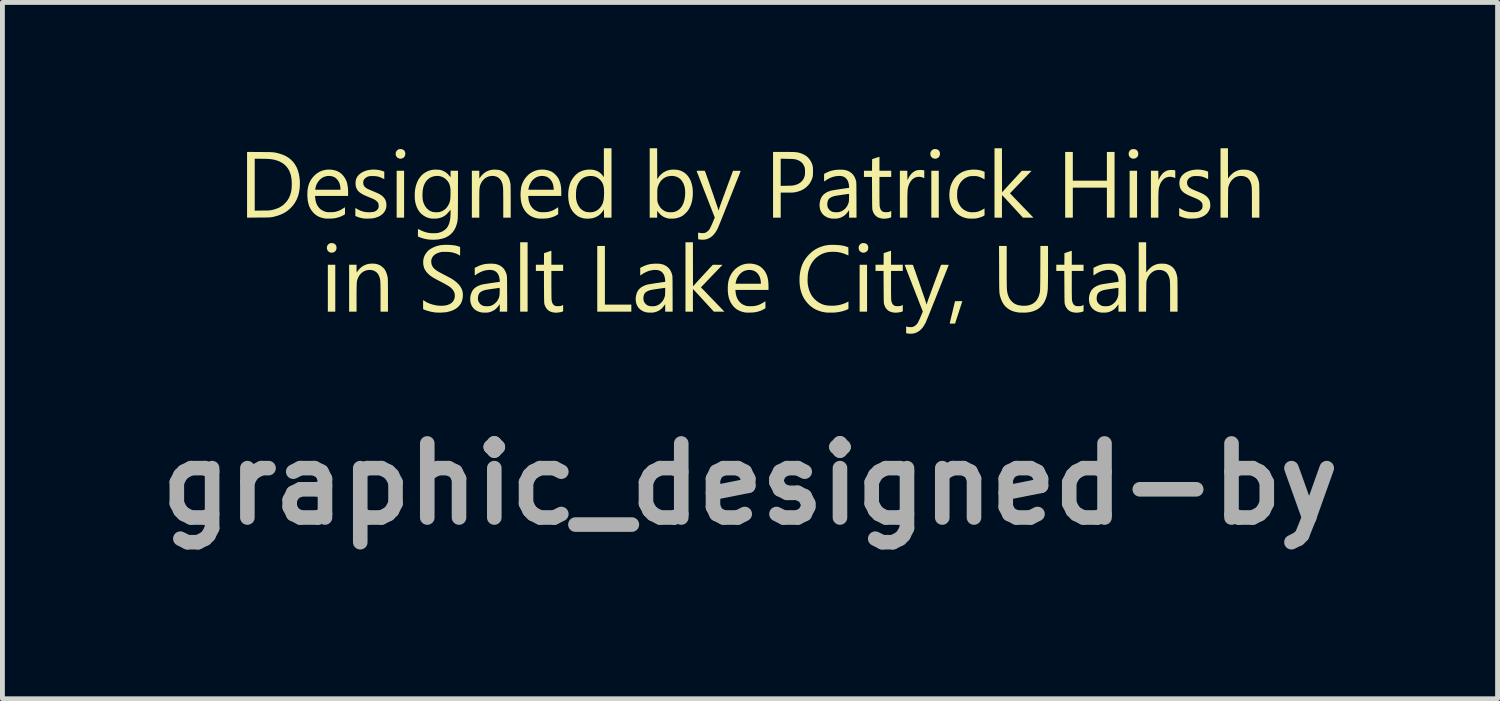
<source format=kicad_pcb>
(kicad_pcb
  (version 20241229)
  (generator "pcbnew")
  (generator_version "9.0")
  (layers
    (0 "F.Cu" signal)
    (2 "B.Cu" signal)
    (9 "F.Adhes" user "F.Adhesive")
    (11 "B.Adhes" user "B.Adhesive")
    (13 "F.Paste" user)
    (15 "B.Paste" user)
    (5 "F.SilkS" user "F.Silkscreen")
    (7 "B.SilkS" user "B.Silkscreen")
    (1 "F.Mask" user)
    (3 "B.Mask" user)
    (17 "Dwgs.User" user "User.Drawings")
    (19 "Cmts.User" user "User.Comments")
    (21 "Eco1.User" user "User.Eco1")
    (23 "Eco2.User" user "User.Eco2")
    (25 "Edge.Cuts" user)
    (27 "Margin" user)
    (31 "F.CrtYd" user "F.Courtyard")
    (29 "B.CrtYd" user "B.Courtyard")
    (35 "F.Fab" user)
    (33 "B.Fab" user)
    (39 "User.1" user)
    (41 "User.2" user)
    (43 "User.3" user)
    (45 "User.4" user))
  (footprint "graphic_designed-by"
    (layer "F.Cu")
    (at 12.451 1.908)
    (property "Reference" "graphic_designed-by" (at -0.07 5 0) (layer "F.Fab") (effects (font (size 1.524 1.524) (thickness 0.3))))
    (attr board_only exclude_from_pos_files exclude_from_bom)
    (fp_poly (pts (xy -8.603 1.454) (xy -8.756 1.454) (xy -8.756 0.489) (xy -8.603 0.489)) (stroke (width 0) (type solid)) (fill yes) (layer "F.SilkS"))
    (fp_poly (pts (xy -7.187 -0.48) (xy -7.34 -0.48) (xy -7.34 -1.445) (xy -7.187 -1.445)) (stroke (width 0) (type solid)) (fill yes) (layer "F.SilkS"))
    (fp_poly (pts (xy -4.646 1.454) (xy -4.799 1.454) (xy -4.799 0.026) (xy -4.646 0.026)) (stroke (width 0) (type solid)) (fill yes) (layer "F.SilkS"))
    (fp_poly (pts (xy 2.338 1.454) (xy 2.185 1.454) (xy 2.185 0.489) (xy 2.338 0.489)) (stroke (width 0) (type solid)) (fill yes) (layer "F.SilkS"))
    (fp_poly (pts (xy 3.813 -0.48) (xy 3.66 -0.48) (xy 3.66 -1.445) (xy 3.813 -1.445)) (stroke (width 0) (type solid)) (fill yes) (layer "F.SilkS"))
    (fp_poly (pts (xy 7.893 -0.48) (xy 7.74 -0.48) (xy 7.74 -1.445) (xy 7.893 -1.445)) (stroke (width 0) (type solid)) (fill yes) (layer "F.SilkS"))
    (fp_poly (pts (xy -3.056 1.309) (xy -2.512 1.309) (xy -2.512 1.454) (xy -3.213 1.454) (xy -3.213 0.102) (xy -3.056 0.102)) (stroke (width 0) (type solid)) (fill yes) (layer "F.SilkS"))
    (fp_poly (pts (xy 6.571 -1.241) (xy 7.272 -1.241) (xy 7.272 -1.832) (xy 7.43 -1.832) (xy 7.43 -0.48) (xy 7.272 -0.48) (xy 7.272 -1.097) (xy 6.571 -1.097) (xy 6.571 -0.48) (xy 6.414 -0.48) (xy 6.414 -1.832) (xy 6.571 -1.832)) (stroke (width 0) (type solid)) (fill yes) (layer "F.SilkS"))
    (fp_poly (pts (xy -8.647 0.046) (xy -8.621 0.056) (xy -8.601 0.072) (xy -8.586 0.095) (xy -8.579 0.122) (xy -8.577 0.141) (xy -8.581 0.17) (xy -8.592 0.196) (xy -8.609 0.216) (xy -8.633 0.231) (xy -8.647 0.236) (xy -8.667 0.241) (xy -8.684 0.241) (xy -8.702 0.238) (xy -8.707 0.236) (xy -8.733 0.224) (xy -8.754 0.206) (xy -8.768 0.182) (xy -8.775 0.154) (xy -8.776 0.152) (xy -8.775 0.123) (xy -8.767 0.096) (xy -8.753 0.076) (xy -8.733 0.058) (xy -8.712 0.047) (xy -8.688 0.043) (xy -8.677 0.043)) (stroke (width 0) (type solid)) (fill yes) (layer "F.SilkS"))
    (fp_poly (pts (xy -7.231 -1.888) (xy -7.205 -1.878) (xy -7.185 -1.861) (xy -7.171 -1.839) (xy -7.163 -1.812) (xy -7.162 -1.793) (xy -7.166 -1.764) (xy -7.176 -1.738) (xy -7.194 -1.718) (xy -7.218 -1.703) (xy -7.232 -1.698) (xy -7.252 -1.693) (xy -7.269 -1.693) (xy -7.287 -1.696) (xy -7.292 -1.698) (xy -7.318 -1.71) (xy -7.339 -1.728) (xy -7.353 -1.752) (xy -7.36 -1.78) (xy -7.36 -1.782) (xy -7.36 -1.811) (xy -7.351 -1.837) (xy -7.337 -1.858) (xy -7.318 -1.876) (xy -7.297 -1.887) (xy -7.272 -1.891) (xy -7.262 -1.891)) (stroke (width 0) (type solid)) (fill yes) (layer "F.SilkS"))
    (fp_poly (pts (xy 2.294 0.046) (xy 2.32 0.056) (xy 2.34 0.072) (xy 2.354 0.095) (xy 2.362 0.122) (xy 2.363 0.141) (xy 2.359 0.17) (xy 2.349 0.196) (xy 2.331 0.216) (xy 2.307 0.231) (xy 2.293 0.236) (xy 2.273 0.241) (xy 2.256 0.241) (xy 2.238 0.238) (xy 2.233 0.236) (xy 2.207 0.224) (xy 2.186 0.206) (xy 2.172 0.182) (xy 2.165 0.154) (xy 2.165 0.152) (xy 2.165 0.123) (xy 2.174 0.096) (xy 2.188 0.076) (xy 2.207 0.058) (xy 2.228 0.047) (xy 2.253 0.043) (xy 2.263 0.043)) (stroke (width 0) (type solid)) (fill yes) (layer "F.SilkS"))
    (fp_poly (pts (xy 3.769 -1.888) (xy 3.794 -1.878) (xy 3.815 -1.861) (xy 3.829 -1.839) (xy 3.837 -1.812) (xy 3.838 -1.793) (xy 3.834 -1.764) (xy 3.823 -1.738) (xy 3.806 -1.718) (xy 3.782 -1.703) (xy 3.768 -1.698) (xy 3.748 -1.693) (xy 3.731 -1.693) (xy 3.713 -1.696) (xy 3.708 -1.698) (xy 3.682 -1.71) (xy 3.661 -1.728) (xy 3.647 -1.752) (xy 3.64 -1.78) (xy 3.64 -1.782) (xy 3.64 -1.811) (xy 3.649 -1.837) (xy 3.663 -1.858) (xy 3.682 -1.876) (xy 3.703 -1.887) (xy 3.727 -1.891) (xy 3.738 -1.891)) (stroke (width 0) (type solid)) (fill yes) (layer "F.SilkS"))
    (fp_poly (pts (xy 7.849 -1.888) (xy 7.875 -1.878) (xy 7.895 -1.861) (xy 7.909 -1.839) (xy 7.917 -1.812) (xy 7.918 -1.793) (xy 7.915 -1.764) (xy 7.904 -1.738) (xy 7.886 -1.718) (xy 7.862 -1.703) (xy 7.849 -1.698) (xy 7.828 -1.693) (xy 7.812 -1.693) (xy 7.794 -1.696) (xy 7.788 -1.698) (xy 7.762 -1.71) (xy 7.742 -1.728) (xy 7.727 -1.752) (xy 7.72 -1.78) (xy 7.72 -1.782) (xy 7.721 -1.811) (xy 7.729 -1.837) (xy 7.743 -1.858) (xy 7.763 -1.876) (xy 7.783 -1.887) (xy 7.808 -1.891) (xy 7.818 -1.891)) (stroke (width 0) (type solid)) (fill yes) (layer "F.SilkS"))
    (fp_poly (pts (xy 4.267 1.238) (xy 4.283 1.238) (xy 4.294 1.239) (xy 4.297 1.239) (xy 4.296 1.244) (xy 4.292 1.256) (xy 4.286 1.274) (xy 4.279 1.298) (xy 4.27 1.326) (xy 4.259 1.359) (xy 4.247 1.395) (xy 4.235 1.433) (xy 4.222 1.473) (xy 4.209 1.513) (xy 4.196 1.554) (xy 4.183 1.594) (xy 4.17 1.631) (xy 4.167 1.642) (xy 4.148 1.7) (xy 4.093 1.7) (xy 4.072 1.7) (xy 4.055 1.699) (xy 4.043 1.698) (xy 4.038 1.697) (xy 4.038 1.697) (xy 4.039 1.692) (xy 4.042 1.68) (xy 4.046 1.661) (xy 4.052 1.636) (xy 4.059 1.606) (xy 4.067 1.572) (xy 4.077 1.534) (xy 4.086 1.492) (xy 4.093 1.466) (xy 4.147 1.239) (xy 4.222 1.238) (xy 4.246 1.238)) (stroke (width 0) (type solid)) (fill yes) (layer "F.SilkS"))
    (fp_poly (pts (xy 3.469 -1.46) (xy 3.486 -1.458) (xy 3.515 -1.453) (xy 3.515 -1.293) (xy 3.492 -1.303) (xy 3.464 -1.313) (xy 3.432 -1.319) (xy 3.398 -1.321) (xy 3.372 -1.318) (xy 3.333 -1.308) (xy 3.298 -1.29) (xy 3.266 -1.264) (xy 3.238 -1.232) (xy 3.214 -1.193) (xy 3.195 -1.148) (xy 3.183 -1.111) (xy 3.18 -1.097) (xy 3.177 -1.083) (xy 3.175 -1.067) (xy 3.173 -1.049) (xy 3.171 -1.028) (xy 3.17 -1.004) (xy 3.169 -0.976) (xy 3.168 -0.942) (xy 3.167 -0.904) (xy 3.167 -0.859) (xy 3.167 -0.807) (xy 3.167 -0.747) (xy 3.167 -0.737) (xy 3.167 -0.48) (xy 3.013 -0.48) (xy 3.013 -1.445) (xy 3.166 -1.445) (xy 3.167 -1.346) (xy 3.168 -1.315) (xy 3.168 -1.291) (xy 3.169 -1.275) (xy 3.17 -1.264) (xy 3.17 -1.258) (xy 3.172 -1.257) (xy 3.173 -1.259) (xy 3.175 -1.262) (xy 3.199 -1.313) (xy 3.227 -1.356) (xy 3.258 -1.393) (xy 3.294 -1.422) (xy 3.332 -1.443) (xy 3.344 -1.448) (xy 3.371 -1.456) (xy 3.403 -1.46) (xy 3.436 -1.462)) (stroke (width 0) (type solid)) (fill yes) (layer "F.SilkS"))
    (fp_poly (pts (xy 8.633 -1.46) (xy 8.65 -1.458) (xy 8.679 -1.453) (xy 8.679 -1.293) (xy 8.656 -1.303) (xy 8.628 -1.313) (xy 8.596 -1.319) (xy 8.563 -1.321) (xy 8.536 -1.318) (xy 8.497 -1.308) (xy 8.462 -1.29) (xy 8.43 -1.264) (xy 8.402 -1.232) (xy 8.378 -1.193) (xy 8.359 -1.148) (xy 8.348 -1.111) (xy 8.344 -1.097) (xy 8.341 -1.083) (xy 8.339 -1.067) (xy 8.337 -1.049) (xy 8.335 -1.028) (xy 8.334 -1.004) (xy 8.333 -0.976) (xy 8.332 -0.942) (xy 8.331 -0.904) (xy 8.331 -0.859) (xy 8.331 -0.807) (xy 8.331 -0.747) (xy 8.331 -0.737) (xy 8.331 -0.48) (xy 8.178 -0.48) (xy 8.178 -1.445) (xy 8.33 -1.445) (xy 8.332 -1.346) (xy 8.332 -1.315) (xy 8.332 -1.291) (xy 8.333 -1.275) (xy 8.334 -1.264) (xy 8.335 -1.258) (xy 8.336 -1.257) (xy 8.338 -1.259) (xy 8.339 -1.262) (xy 8.363 -1.313) (xy 8.391 -1.356) (xy 8.423 -1.393) (xy 8.458 -1.422) (xy 8.496 -1.443) (xy 8.509 -1.448) (xy 8.535 -1.456) (xy 8.567 -1.46) (xy 8.6 -1.462)) (stroke (width 0) (type solid)) (fill yes) (layer "F.SilkS"))
    (fp_poly (pts (xy 5.114 -1.455) (xy 5.115 -1.002) (xy 5.317 -1.222) (xy 5.35 -1.258) (xy 5.382 -1.293) (xy 5.412 -1.325) (xy 5.439 -1.355) (xy 5.464 -1.381) (xy 5.484 -1.403) (xy 5.501 -1.421) (xy 5.513 -1.434) (xy 5.521 -1.442) (xy 5.523 -1.443) (xy 5.528 -1.444) (xy 5.541 -1.444) (xy 5.56 -1.444) (xy 5.583 -1.444) (xy 5.61 -1.444) (xy 5.625 -1.444) (xy 5.722 -1.443) (xy 5.278 -0.981) (xy 5.312 -0.946) (xy 5.321 -0.937) (xy 5.335 -0.922) (xy 5.354 -0.902) (xy 5.377 -0.879) (xy 5.403 -0.851) (xy 5.432 -0.821) (xy 5.463 -0.789) (xy 5.496 -0.755) (xy 5.525 -0.725) (xy 5.558 -0.69) (xy 5.59 -0.657) (xy 5.621 -0.626) (xy 5.649 -0.597) (xy 5.674 -0.571) (xy 5.696 -0.548) (xy 5.713 -0.53) (xy 5.726 -0.516) (xy 5.733 -0.509) (xy 5.761 -0.48) (xy 5.544 -0.48) (xy 5.332 -0.712) (xy 5.297 -0.749) (xy 5.265 -0.785) (xy 5.234 -0.818) (xy 5.206 -0.849) (xy 5.181 -0.876) (xy 5.159 -0.899) (xy 5.141 -0.918) (xy 5.128 -0.932) (xy 5.12 -0.941) (xy 5.116 -0.944) (xy 5.116 -0.939) (xy 5.115 -0.928) (xy 5.115 -0.909) (xy 5.114 -0.884) (xy 5.114 -0.853) (xy 5.114 -0.818) (xy 5.113 -0.779) (xy 5.113 -0.737) (xy 5.113 -0.712) (xy 5.113 -0.48) (xy 4.96 -0.48) (xy 4.96 -1.908) (xy 5.113 -1.908)) (stroke (width 0) (type solid)) (fill yes) (layer "F.SilkS"))
    (fp_poly (pts (xy -1.244 0.479) (xy -1.243 0.932) (xy -1.042 0.712) (xy -1.008 0.676) (xy -0.976 0.641) (xy -0.946 0.609) (xy -0.919 0.579) (xy -0.895 0.553) (xy -0.874 0.531) (xy -0.857 0.513) (xy -0.845 0.5) (xy -0.838 0.492) (xy -0.836 0.49) (xy -0.83 0.49) (xy -0.817 0.49) (xy -0.799 0.489) (xy -0.775 0.489) (xy -0.749 0.49) (xy -0.733 0.49) (xy -0.636 0.491) (xy -0.858 0.722) (xy -1.08 0.953) (xy -1.047 0.988) (xy -1.038 0.997) (xy -1.023 1.012) (xy -1.004 1.031) (xy -0.981 1.055) (xy -0.955 1.083) (xy -0.926 1.113) (xy -0.895 1.145) (xy -0.863 1.178) (xy -0.833 1.209) (xy -0.8 1.243) (xy -0.768 1.277) (xy -0.738 1.308) (xy -0.71 1.337) (xy -0.685 1.363) (xy -0.663 1.386) (xy -0.645 1.404) (xy -0.632 1.418) (xy -0.625 1.425) (xy -0.597 1.454) (xy -0.814 1.454) (xy -1.027 1.222) (xy -1.061 1.185) (xy -1.094 1.149) (xy -1.124 1.116) (xy -1.153 1.085) (xy -1.178 1.058) (xy -1.199 1.035) (xy -1.217 1.016) (xy -1.23 1.002) (xy -1.239 0.993) (xy -1.242 0.99) (xy -1.243 0.994) (xy -1.243 1.006) (xy -1.244 1.025) (xy -1.244 1.05) (xy -1.245 1.081) (xy -1.245 1.116) (xy -1.245 1.155) (xy -1.245 1.197) (xy -1.245 1.222) (xy -1.245 1.454) (xy -1.398 1.454) (xy -1.398 0.026) (xy -1.245 0.026)) (stroke (width 0) (type solid)) (fill yes) (layer "F.SilkS"))
    (fp_poly (pts (xy -4.157 0.489) (xy -3.915 0.489) (xy -3.915 0.616) (xy -4.157 0.616) (xy -4.157 0.902) (xy -4.157 0.956) (xy -4.156 1.006) (xy -4.156 1.053) (xy -4.156 1.096) (xy -4.155 1.133) (xy -4.155 1.164) (xy -4.154 1.19) (xy -4.153 1.207) (xy -4.152 1.218) (xy -4.152 1.218) (xy -4.145 1.254) (xy -4.134 1.283) (xy -4.118 1.306) (xy -4.098 1.324) (xy -4.086 1.331) (xy -4.076 1.335) (xy -4.065 1.338) (xy -4.053 1.34) (xy -4.036 1.341) (xy -4.016 1.341) (xy -3.995 1.341) (xy -3.979 1.34) (xy -3.968 1.338) (xy -3.958 1.336) (xy -3.947 1.331) (xy -3.941 1.328) (xy -3.915 1.315) (xy -3.915 1.446) (xy -3.934 1.454) (xy -3.955 1.461) (xy -3.981 1.467) (xy -4.011 1.471) (xy -4.042 1.474) (xy -4.071 1.475) (xy -4.096 1.473) (xy -4.104 1.472) (xy -4.113 1.47) (xy -4.126 1.468) (xy -4.136 1.466) (xy -4.175 1.454) (xy -4.21 1.435) (xy -4.241 1.409) (xy -4.266 1.377) (xy -4.287 1.338) (xy -4.3 1.3) (xy -4.301 1.294) (xy -4.303 1.288) (xy -4.304 1.279) (xy -4.304 1.269) (xy -4.305 1.256) (xy -4.306 1.239) (xy -4.306 1.218) (xy -4.307 1.193) (xy -4.307 1.162) (xy -4.308 1.126) (xy -4.308 1.083) (xy -4.308 1.033) (xy -4.309 0.976) (xy -4.309 0.945) (xy -4.31 0.616) (xy -4.476 0.616) (xy -4.476 0.489) (xy -4.31 0.489) (xy -4.309 0.369) (xy -4.308 0.25) (xy -4.232 0.225) (xy -4.157 0.201)) (stroke (width 0) (type solid)) (fill yes) (layer "F.SilkS"))
    (fp_poly (pts (xy 2.593 -1.445) (xy 2.835 -1.445) (xy 2.835 -1.318) (xy 2.593 -1.318) (xy 2.593 -1.032) (xy 2.593 -0.978) (xy 2.593 -0.927) (xy 2.593 -0.881) (xy 2.594 -0.838) (xy 2.594 -0.801) (xy 2.595 -0.769) (xy 2.596 -0.744) (xy 2.596 -0.726) (xy 2.597 -0.716) (xy 2.597 -0.716) (xy 2.605 -0.68) (xy 2.616 -0.65) (xy 2.631 -0.627) (xy 2.652 -0.61) (xy 2.664 -0.603) (xy 2.674 -0.599) (xy 2.684 -0.596) (xy 2.696 -0.594) (xy 2.713 -0.593) (xy 2.733 -0.593) (xy 2.755 -0.593) (xy 2.77 -0.594) (xy 2.782 -0.595) (xy 2.792 -0.598) (xy 2.803 -0.603) (xy 2.809 -0.606) (xy 2.835 -0.619) (xy 2.835 -0.488) (xy 2.815 -0.48) (xy 2.795 -0.473) (xy 2.768 -0.467) (xy 2.738 -0.462) (xy 2.708 -0.46) (xy 2.679 -0.459) (xy 2.654 -0.46) (xy 2.646 -0.462) (xy 2.637 -0.463) (xy 2.623 -0.466) (xy 2.614 -0.468) (xy 2.575 -0.48) (xy 2.539 -0.499) (xy 2.509 -0.525) (xy 2.483 -0.557) (xy 2.463 -0.596) (xy 2.45 -0.634) (xy 2.448 -0.639) (xy 2.447 -0.646) (xy 2.446 -0.654) (xy 2.445 -0.665) (xy 2.444 -0.678) (xy 2.444 -0.695) (xy 2.443 -0.716) (xy 2.443 -0.741) (xy 2.442 -0.772) (xy 2.442 -0.808) (xy 2.442 -0.851) (xy 2.441 -0.9) (xy 2.441 -0.958) (xy 2.441 -0.989) (xy 2.439 -1.318) (xy 2.274 -1.318) (xy 2.274 -1.445) (xy 2.44 -1.445) (xy 2.441 -1.565) (xy 2.442 -1.684) (xy 2.517 -1.709) (xy 2.593 -1.733)) (stroke (width 0) (type solid)) (fill yes) (layer "F.SilkS"))
    (fp_poly (pts (xy 2.831 0.489) (xy 3.073 0.489) (xy 3.073 0.616) (xy 2.831 0.616) (xy 2.831 0.902) (xy 2.831 0.956) (xy 2.831 1.006) (xy 2.831 1.053) (xy 2.832 1.096) (xy 2.832 1.133) (xy 2.833 1.164) (xy 2.834 1.19) (xy 2.834 1.207) (xy 2.835 1.218) (xy 2.835 1.218) (xy 2.843 1.254) (xy 2.854 1.283) (xy 2.869 1.306) (xy 2.89 1.324) (xy 2.902 1.331) (xy 2.912 1.335) (xy 2.922 1.338) (xy 2.934 1.34) (xy 2.951 1.341) (xy 2.971 1.341) (xy 2.993 1.341) (xy 3.008 1.34) (xy 3.02 1.338) (xy 3.03 1.336) (xy 3.041 1.331) (xy 3.047 1.328) (xy 3.073 1.315) (xy 3.073 1.446) (xy 3.053 1.454) (xy 3.033 1.461) (xy 3.006 1.467) (xy 2.976 1.471) (xy 2.946 1.474) (xy 2.917 1.475) (xy 2.892 1.473) (xy 2.884 1.472) (xy 2.875 1.47) (xy 2.861 1.468) (xy 2.852 1.466) (xy 2.813 1.454) (xy 2.777 1.435) (xy 2.747 1.409) (xy 2.721 1.377) (xy 2.701 1.338) (xy 2.688 1.3) (xy 2.686 1.294) (xy 2.685 1.288) (xy 2.684 1.279) (xy 2.683 1.269) (xy 2.682 1.256) (xy 2.682 1.239) (xy 2.681 1.218) (xy 2.681 1.193) (xy 2.68 1.162) (xy 2.68 1.126) (xy 2.68 1.083) (xy 2.679 1.033) (xy 2.679 0.976) (xy 2.679 0.945) (xy 2.677 0.616) (xy 2.512 0.616) (xy 2.512 0.489) (xy 2.678 0.489) (xy 2.679 0.369) (xy 2.68 0.25) (xy 2.755 0.225) (xy 2.831 0.201)) (stroke (width 0) (type solid)) (fill yes) (layer "F.SilkS"))
    (fp_poly (pts (xy 6.55 0.489) (xy 6.792 0.489) (xy 6.792 0.616) (xy 6.55 0.616) (xy 6.55 0.902) (xy 6.55 0.956) (xy 6.55 1.006) (xy 6.55 1.053) (xy 6.551 1.096) (xy 6.551 1.133) (xy 6.552 1.164) (xy 6.553 1.19) (xy 6.553 1.207) (xy 6.554 1.218) (xy 6.554 1.218) (xy 6.562 1.254) (xy 6.573 1.283) (xy 6.588 1.306) (xy 6.609 1.324) (xy 6.621 1.331) (xy 6.631 1.335) (xy 6.641 1.338) (xy 6.653 1.34) (xy 6.67 1.341) (xy 6.69 1.341) (xy 6.712 1.341) (xy 6.727 1.34) (xy 6.739 1.338) (xy 6.749 1.336) (xy 6.76 1.331) (xy 6.766 1.328) (xy 6.792 1.315) (xy 6.792 1.446) (xy 6.772 1.454) (xy 6.752 1.461) (xy 6.725 1.467) (xy 6.695 1.471) (xy 6.665 1.474) (xy 6.636 1.475) (xy 6.611 1.473) (xy 6.603 1.472) (xy 6.594 1.47) (xy 6.58 1.468) (xy 6.571 1.466) (xy 6.532 1.454) (xy 6.497 1.435) (xy 6.466 1.409) (xy 6.44 1.377) (xy 6.42 1.338) (xy 6.407 1.3) (xy 6.405 1.294) (xy 6.404 1.288) (xy 6.403 1.279) (xy 6.402 1.269) (xy 6.401 1.256) (xy 6.401 1.239) (xy 6.4 1.218) (xy 6.4 1.193) (xy 6.399 1.162) (xy 6.399 1.126) (xy 6.399 1.083) (xy 6.398 1.033) (xy 6.398 0.976) (xy 6.398 0.945) (xy 6.396 0.616) (xy 6.231 0.616) (xy 6.231 0.489) (xy 6.397 0.489) (xy 6.398 0.369) (xy 6.399 0.25) (xy 6.474 0.225) (xy 6.55 0.201)) (stroke (width 0) (type solid)) (fill yes) (layer "F.SilkS"))
    (fp_poly (pts (xy -7.797 0.467) (xy -7.764 0.472) (xy -7.748 0.475) (xy -7.707 0.489) (xy -7.672 0.507) (xy -7.64 0.53) (xy -7.618 0.55) (xy -7.6 0.569) (xy -7.587 0.586) (xy -7.576 0.603) (xy -7.565 0.623) (xy -7.564 0.625) (xy -7.542 0.68) (xy -7.527 0.739) (xy -7.523 0.763) (xy -7.522 0.773) (xy -7.522 0.79) (xy -7.521 0.815) (xy -7.521 0.847) (xy -7.52 0.885) (xy -7.52 0.929) (xy -7.519 0.979) (xy -7.519 1.032) (xy -7.519 1.09) (xy -7.519 1.123) (xy -7.519 1.454) (xy -7.672 1.454) (xy -7.672 1.157) (xy -7.672 1.095) (xy -7.672 1.04) (xy -7.672 0.993) (xy -7.673 0.952) (xy -7.673 0.917) (xy -7.674 0.887) (xy -7.675 0.861) (xy -7.676 0.84) (xy -7.677 0.821) (xy -7.679 0.806) (xy -7.681 0.791) (xy -7.684 0.778) (xy -7.687 0.766) (xy -7.689 0.757) (xy -7.705 0.714) (xy -7.725 0.677) (xy -7.752 0.647) (xy -7.783 0.624) (xy -7.819 0.607) (xy -7.86 0.598) (xy -7.895 0.595) (xy -7.941 0.599) (xy -7.985 0.611) (xy -8.025 0.63) (xy -8.061 0.656) (xy -8.093 0.689) (xy -8.119 0.727) (xy -8.14 0.771) (xy -8.147 0.791) (xy -8.151 0.802) (xy -8.154 0.813) (xy -8.156 0.825) (xy -8.158 0.839) (xy -8.16 0.854) (xy -8.161 0.873) (xy -8.162 0.895) (xy -8.163 0.921) (xy -8.164 0.952) (xy -8.164 0.988) (xy -8.165 1.031) (xy -8.165 1.081) (xy -8.165 1.138) (xy -8.165 1.169) (xy -8.165 1.454) (xy -8.318 1.454) (xy -8.318 0.489) (xy -8.165 0.489) (xy -8.165 0.567) (xy -8.165 0.592) (xy -8.164 0.614) (xy -8.163 0.631) (xy -8.162 0.642) (xy -8.161 0.646) (xy -8.157 0.643) (xy -8.153 0.636) (xy -8.146 0.624) (xy -8.133 0.607) (xy -8.117 0.588) (xy -8.1 0.569) (xy -8.082 0.552) (xy -8.068 0.54) (xy -8.025 0.51) (xy -7.977 0.488) (xy -7.936 0.475) (xy -7.906 0.47) (xy -7.87 0.466) (xy -7.833 0.466)) (stroke (width 0) (type solid)) (fill yes) (layer "F.SilkS"))
    (fp_poly (pts (xy -5.272 -1.466) (xy -5.24 -1.462) (xy -5.223 -1.459) (xy -5.182 -1.445) (xy -5.147 -1.427) (xy -5.115 -1.404) (xy -5.093 -1.384) (xy -5.076 -1.365) (xy -5.062 -1.348) (xy -5.051 -1.331) (xy -5.04 -1.311) (xy -5.039 -1.309) (xy -5.017 -1.254) (xy -5.002 -1.195) (xy -4.999 -1.171) (xy -4.998 -1.161) (xy -4.997 -1.144) (xy -4.996 -1.119) (xy -4.996 -1.087) (xy -4.995 -1.048) (xy -4.995 -1.004) (xy -4.995 -0.955) (xy -4.994 -0.901) (xy -4.994 -0.844) (xy -4.994 -0.811) (xy -4.994 -0.48) (xy -5.147 -0.48) (xy -5.147 -0.777) (xy -5.147 -0.839) (xy -5.147 -0.894) (xy -5.148 -0.941) (xy -5.148 -0.982) (xy -5.148 -1.017) (xy -5.149 -1.047) (xy -5.15 -1.072) (xy -5.151 -1.094) (xy -5.153 -1.112) (xy -5.155 -1.128) (xy -5.157 -1.142) (xy -5.159 -1.155) (xy -5.162 -1.168) (xy -5.165 -1.177) (xy -5.18 -1.22) (xy -5.201 -1.257) (xy -5.227 -1.287) (xy -5.258 -1.31) (xy -5.294 -1.327) (xy -5.335 -1.336) (xy -5.37 -1.339) (xy -5.416 -1.335) (xy -5.46 -1.323) (xy -5.5 -1.304) (xy -5.536 -1.278) (xy -5.568 -1.245) (xy -5.595 -1.207) (xy -5.616 -1.163) (xy -5.623 -1.143) (xy -5.626 -1.132) (xy -5.629 -1.121) (xy -5.631 -1.109) (xy -5.633 -1.095) (xy -5.635 -1.08) (xy -5.637 -1.061) (xy -5.638 -1.039) (xy -5.639 -1.013) (xy -5.639 -0.982) (xy -5.64 -0.945) (xy -5.64 -0.903) (xy -5.64 -0.853) (xy -5.64 -0.796) (xy -5.64 -0.765) (xy -5.64 -0.48) (xy -5.793 -0.48) (xy -5.793 -1.445) (xy -5.64 -1.445) (xy -5.64 -1.366) (xy -5.64 -1.342) (xy -5.64 -1.32) (xy -5.639 -1.303) (xy -5.638 -1.292) (xy -5.637 -1.288) (xy -5.632 -1.291) (xy -5.629 -1.297) (xy -5.621 -1.31) (xy -5.608 -1.327) (xy -5.593 -1.346) (xy -5.575 -1.365) (xy -5.558 -1.382) (xy -5.544 -1.394) (xy -5.501 -1.424) (xy -5.453 -1.446) (xy -5.412 -1.459) (xy -5.381 -1.464) (xy -5.346 -1.468) (xy -5.309 -1.468)) (stroke (width 0) (type solid)) (fill yes) (layer "F.SilkS"))
    (fp_poly (pts (xy 0.681 -1.832) (xy 0.728 -1.832) (xy 0.769 -1.831) (xy 0.803 -1.831) (xy 0.833 -1.83) (xy 0.858 -1.828) (xy 0.88 -1.826) (xy 0.899 -1.824) (xy 0.916 -1.821) (xy 0.932 -1.817) (xy 0.948 -1.813) (xy 0.965 -1.808) (xy 0.971 -1.806) (xy 1.026 -1.784) (xy 1.074 -1.757) (xy 1.116 -1.724) (xy 1.151 -1.685) (xy 1.181 -1.64) (xy 1.188 -1.626) (xy 1.2 -1.601) (xy 1.209 -1.578) (xy 1.216 -1.556) (xy 1.221 -1.534) (xy 1.224 -1.509) (xy 1.225 -1.479) (xy 1.226 -1.443) (xy 1.226 -1.432) (xy 1.225 -1.395) (xy 1.224 -1.364) (xy 1.222 -1.338) (xy 1.218 -1.315) (xy 1.211 -1.293) (xy 1.203 -1.271) (xy 1.192 -1.246) (xy 1.19 -1.242) (xy 1.173 -1.209) (xy 1.156 -1.182) (xy 1.137 -1.157) (xy 1.114 -1.132) (xy 1.07 -1.093) (xy 1.022 -1.06) (xy 0.97 -1.035) (xy 0.912 -1.015) (xy 0.849 -1.001) (xy 0.848 -1.001) (xy 0.831 -0.999) (xy 0.81 -0.997) (xy 0.783 -0.996) (xy 0.751 -0.995) (xy 0.711 -0.995) (xy 0.685 -0.995) (xy 0.561 -0.995) (xy 0.561 -0.48) (xy 0.404 -0.48) (xy 0.404 -1.693) (xy 0.561 -1.693) (xy 0.561 -1.134) (xy 0.681 -1.136) (xy 0.719 -1.137) (xy 0.75 -1.138) (xy 0.775 -1.139) (xy 0.795 -1.14) (xy 0.812 -1.142) (xy 0.827 -1.144) (xy 0.84 -1.147) (xy 0.89 -1.161) (xy 0.934 -1.181) (xy 0.972 -1.207) (xy 1.004 -1.238) (xy 1.03 -1.275) (xy 1.048 -1.316) (xy 1.056 -1.346) (xy 1.06 -1.366) (xy 1.061 -1.391) (xy 1.062 -1.42) (xy 1.061 -1.449) (xy 1.06 -1.476) (xy 1.057 -1.5) (xy 1.053 -1.517) (xy 1.053 -1.518) (xy 1.035 -1.559) (xy 1.012 -1.595) (xy 0.982 -1.625) (xy 0.946 -1.649) (xy 0.904 -1.668) (xy 0.861 -1.68) (xy 0.848 -1.682) (xy 0.835 -1.684) (xy 0.819 -1.686) (xy 0.801 -1.687) (xy 0.778 -1.688) (xy 0.749 -1.689) (xy 0.714 -1.69) (xy 0.692 -1.69) (xy 0.561 -1.693) (xy 0.404 -1.693) (xy 0.404 -1.832) (xy 0.625 -1.832)) (stroke (width 0) (type solid)) (fill yes) (layer "F.SilkS"))
    (fp_poly (pts (xy 8.08 0.336) (xy 8.08 0.386) (xy 8.08 0.434) (xy 8.08 0.479) (xy 8.081 0.52) (xy 8.081 0.556) (xy 8.081 0.587) (xy 8.082 0.612) (xy 8.082 0.631) (xy 8.083 0.642) (xy 8.083 0.646) (xy 8.087 0.643) (xy 8.094 0.634) (xy 8.102 0.622) (xy 8.103 0.62) (xy 8.114 0.606) (xy 8.128 0.589) (xy 8.145 0.572) (xy 8.158 0.559) (xy 8.198 0.525) (xy 8.243 0.499) (xy 8.293 0.48) (xy 8.307 0.475) (xy 8.335 0.47) (xy 8.368 0.467) (xy 8.403 0.466) (xy 8.439 0.467) (xy 8.472 0.47) (xy 8.5 0.475) (xy 8.502 0.475) (xy 8.549 0.492) (xy 8.591 0.514) (xy 8.626 0.542) (xy 8.657 0.577) (xy 8.682 0.618) (xy 8.701 0.665) (xy 8.715 0.719) (xy 8.722 0.754) (xy 8.722 0.764) (xy 8.723 0.782) (xy 8.724 0.807) (xy 8.724 0.839) (xy 8.725 0.877) (xy 8.725 0.921) (xy 8.725 0.97) (xy 8.726 1.025) (xy 8.726 1.083) (xy 8.726 1.119) (xy 8.726 1.454) (xy 8.573 1.454) (xy 8.573 1.155) (xy 8.573 1.092) (xy 8.573 1.037) (xy 8.573 0.988) (xy 8.572 0.947) (xy 8.572 0.911) (xy 8.571 0.881) (xy 8.57 0.855) (xy 8.569 0.833) (xy 8.567 0.814) (xy 8.565 0.798) (xy 8.563 0.784) (xy 8.56 0.772) (xy 8.557 0.759) (xy 8.553 0.747) (xy 8.551 0.743) (xy 8.535 0.702) (xy 8.514 0.668) (xy 8.488 0.641) (xy 8.458 0.621) (xy 8.422 0.606) (xy 8.404 0.601) (xy 8.374 0.597) (xy 8.341 0.596) (xy 8.307 0.599) (xy 8.276 0.605) (xy 8.268 0.608) (xy 8.227 0.626) (xy 8.191 0.652) (xy 8.158 0.684) (xy 8.13 0.722) (xy 8.108 0.765) (xy 8.092 0.81) (xy 8.09 0.817) (xy 8.088 0.823) (xy 8.087 0.83) (xy 8.086 0.838) (xy 8.085 0.848) (xy 8.084 0.86) (xy 8.084 0.876) (xy 8.083 0.895) (xy 8.083 0.918) (xy 8.082 0.947) (xy 8.082 0.981) (xy 8.082 1.022) (xy 8.081 1.069) (xy 8.081 1.124) (xy 8.081 1.149) (xy 8.079 1.454) (xy 7.927 1.454) (xy 7.927 0.026) (xy 8.08 0.026)) (stroke (width 0) (type solid)) (fill yes) (layer "F.SilkS"))
    (fp_poly (pts (xy 9.763 -1.598) (xy 9.763 -1.548) (xy 9.763 -1.5) (xy 9.763 -1.455) (xy 9.764 -1.414) (xy 9.764 -1.378) (xy 9.764 -1.347) (xy 9.765 -1.322) (xy 9.765 -1.303) (xy 9.766 -1.292) (xy 9.766 -1.288) (xy 9.77 -1.291) (xy 9.777 -1.3) (xy 9.785 -1.312) (xy 9.786 -1.314) (xy 9.797 -1.327) (xy 9.811 -1.344) (xy 9.828 -1.362) (xy 9.841 -1.375) (xy 9.881 -1.409) (xy 9.926 -1.435) (xy 9.976 -1.454) (xy 9.99 -1.459) (xy 10.018 -1.464) (xy 10.051 -1.467) (xy 10.086 -1.468) (xy 10.122 -1.467) (xy 10.155 -1.464) (xy 10.183 -1.459) (xy 10.185 -1.458) (xy 10.232 -1.442) (xy 10.274 -1.42) (xy 10.31 -1.392) (xy 10.34 -1.357) (xy 10.365 -1.316) (xy 10.384 -1.269) (xy 10.399 -1.215) (xy 10.405 -1.179) (xy 10.405 -1.17) (xy 10.406 -1.152) (xy 10.407 -1.127) (xy 10.407 -1.095) (xy 10.408 -1.057) (xy 10.408 -1.013) (xy 10.409 -0.963) (xy 10.409 -0.909) (xy 10.409 -0.851) (xy 10.409 -0.815) (xy 10.409 -0.48) (xy 10.256 -0.48) (xy 10.256 -0.779) (xy 10.256 -0.842) (xy 10.256 -0.897) (xy 10.256 -0.945) (xy 10.255 -0.987) (xy 10.255 -1.023) (xy 10.254 -1.053) (xy 10.253 -1.079) (xy 10.252 -1.101) (xy 10.25 -1.12) (xy 10.248 -1.136) (xy 10.246 -1.15) (xy 10.243 -1.162) (xy 10.24 -1.174) (xy 10.236 -1.186) (xy 10.234 -1.191) (xy 10.218 -1.232) (xy 10.197 -1.266) (xy 10.172 -1.293) (xy 10.141 -1.313) (xy 10.105 -1.328) (xy 10.087 -1.333) (xy 10.058 -1.337) (xy 10.024 -1.338) (xy 9.99 -1.335) (xy 9.959 -1.328) (xy 9.951 -1.326) (xy 9.91 -1.308) (xy 9.874 -1.282) (xy 9.841 -1.25) (xy 9.813 -1.212) (xy 9.791 -1.169) (xy 9.775 -1.124) (xy 9.773 -1.117) (xy 9.772 -1.111) (xy 9.77 -1.104) (xy 9.769 -1.096) (xy 9.768 -1.086) (xy 9.767 -1.074) (xy 9.767 -1.058) (xy 9.766 -1.039) (xy 9.766 -1.015) (xy 9.765 -0.987) (xy 9.765 -0.953) (xy 9.765 -0.912) (xy 9.764 -0.865) (xy 9.764 -0.81) (xy 9.764 -0.785) (xy 9.763 -0.48) (xy 9.61 -0.48) (xy 9.61 -1.908) (xy 9.763 -1.908)) (stroke (width 0) (type solid)) (fill yes) (layer "F.SilkS"))
    (fp_poly (pts (xy -10.159 -1.831) (xy -10.102 -1.83) (xy -10.052 -1.83) (xy -10.009 -1.829) (xy -9.972 -1.829) (xy -9.941 -1.828) (xy -9.913 -1.827) (xy -9.89 -1.825) (xy -9.869 -1.823) (xy -9.849 -1.821) (xy -9.831 -1.817) (xy -9.814 -1.814) (xy -9.795 -1.809) (xy -9.775 -1.804) (xy -9.759 -1.8) (xy -9.689 -1.777) (xy -9.625 -1.749) (xy -9.568 -1.715) (xy -9.517 -1.675) (xy -9.472 -1.629) (xy -9.433 -1.577) (xy -9.4 -1.52) (xy -9.374 -1.457) (xy -9.354 -1.388) (xy -9.341 -1.318) (xy -9.332 -1.236) (xy -9.331 -1.155) (xy -9.336 -1.078) (xy -9.348 -1.003) (xy -9.366 -0.932) (xy -9.391 -0.866) (xy -9.423 -0.805) (xy -9.439 -0.778) (xy -9.483 -0.719) (xy -9.532 -0.667) (xy -9.587 -0.621) (xy -9.648 -0.581) (xy -9.714 -0.548) (xy -9.786 -0.521) (xy -9.864 -0.5) (xy -9.901 -0.492) (xy -9.912 -0.49) (xy -9.923 -0.489) (xy -9.935 -0.487) (xy -9.949 -0.486) (xy -9.966 -0.485) (xy -9.986 -0.484) (xy -10.01 -0.484) (xy -10.039 -0.483) (xy -10.074 -0.483) (xy -10.116 -0.482) (xy -10.165 -0.482) (xy -10.183 -0.482) (xy -10.418 -0.48) (xy -10.418 -1.692) (xy -10.26 -1.692) (xy -10.26 -0.624) (xy -10.106 -0.626) (xy -10.065 -0.626) (xy -10.031 -0.627) (xy -10.003 -0.627) (xy -9.981 -0.628) (xy -9.962 -0.629) (xy -9.947 -0.631) (xy -9.934 -0.632) (xy -9.921 -0.634) (xy -9.908 -0.637) (xy -9.906 -0.637) (xy -9.839 -0.655) (xy -9.777 -0.678) (xy -9.721 -0.708) (xy -9.671 -0.744) (xy -9.627 -0.785) (xy -9.589 -0.832) (xy -9.557 -0.884) (xy -9.533 -0.941) (xy -9.523 -0.972) (xy -9.514 -1.005) (xy -9.507 -1.037) (xy -9.503 -1.069) (xy -9.5 -1.103) (xy -9.498 -1.142) (xy -9.498 -1.173) (xy -9.5 -1.24) (xy -9.507 -1.301) (xy -9.518 -1.355) (xy -9.534 -1.406) (xy -9.554 -1.453) (xy -9.581 -1.497) (xy -9.582 -1.498) (xy -9.615 -1.54) (xy -9.655 -1.577) (xy -9.701 -1.609) (xy -9.753 -1.637) (xy -9.806 -1.657) (xy -9.835 -1.665) (xy -9.864 -1.673) (xy -9.895 -1.679) (xy -9.928 -1.683) (xy -9.964 -1.687) (xy -10.005 -1.689) (xy -10.052 -1.691) (xy -10.105 -1.691) (xy -10.14 -1.692) (xy -10.26 -1.692) (xy -10.418 -1.692) (xy -10.418 -1.832)) (stroke (width 0) (type solid)) (fill yes) (layer "F.SilkS"))
    (fp_poly (pts (xy 4.585 -1.467) (xy 4.643 -1.46) (xy 4.697 -1.446) (xy 4.744 -1.428) (xy 4.756 -1.422) (xy 4.756 -1.345) (xy 4.756 -1.32) (xy 4.756 -1.298) (xy 4.755 -1.281) (xy 4.754 -1.27) (xy 4.754 -1.267) (xy 4.749 -1.269) (xy 4.74 -1.274) (xy 4.74 -1.275) (xy 4.722 -1.286) (xy 4.698 -1.298) (xy 4.671 -1.31) (xy 4.644 -1.32) (xy 4.63 -1.325) (xy 4.613 -1.329) (xy 4.599 -1.333) (xy 4.584 -1.335) (xy 4.566 -1.336) (xy 4.542 -1.336) (xy 4.531 -1.336) (xy 4.497 -1.336) (xy 4.469 -1.334) (xy 4.445 -1.33) (xy 4.422 -1.323) (xy 4.398 -1.314) (xy 4.384 -1.307) (xy 4.339 -1.282) (xy 4.3 -1.249) (xy 4.266 -1.211) (xy 4.238 -1.166) (xy 4.216 -1.116) (xy 4.2 -1.062) (xy 4.197 -1.049) (xy 4.194 -1.025) (xy 4.192 -0.996) (xy 4.191 -0.963) (xy 4.191 -0.93) (xy 4.192 -0.899) (xy 4.194 -0.873) (xy 4.195 -0.869) (xy 4.207 -0.815) (xy 4.226 -0.767) (xy 4.251 -0.723) (xy 4.281 -0.684) (xy 4.317 -0.652) (xy 4.358 -0.626) (xy 4.403 -0.606) (xy 4.437 -0.597) (xy 4.469 -0.592) (xy 4.506 -0.591) (xy 4.544 -0.592) (xy 4.581 -0.596) (xy 4.608 -0.601) (xy 4.645 -0.613) (xy 4.684 -0.63) (xy 4.721 -0.65) (xy 4.735 -0.659) (xy 4.754 -0.671) (xy 4.755 -0.603) (xy 4.755 -0.579) (xy 4.755 -0.558) (xy 4.755 -0.542) (xy 4.755 -0.531) (xy 4.754 -0.528) (xy 4.748 -0.522) (xy 4.735 -0.514) (xy 4.716 -0.505) (xy 4.694 -0.496) (xy 4.668 -0.487) (xy 4.641 -0.478) (xy 4.614 -0.471) (xy 4.588 -0.466) (xy 4.585 -0.465) (xy 4.555 -0.462) (xy 4.521 -0.46) (xy 4.484 -0.46) (xy 4.448 -0.461) (xy 4.415 -0.463) (xy 4.395 -0.466) (xy 4.339 -0.48) (xy 4.286 -0.501) (xy 4.236 -0.528) (xy 4.192 -0.56) (xy 4.184 -0.567) (xy 4.142 -0.611) (xy 4.106 -0.66) (xy 4.077 -0.713) (xy 4.055 -0.771) (xy 4.04 -0.834) (xy 4.032 -0.899) (xy 4.031 -0.968) (xy 4.033 -0.998) (xy 4.042 -1.068) (xy 4.058 -1.134) (xy 4.081 -1.194) (xy 4.11 -1.249) (xy 4.145 -1.299) (xy 4.186 -1.343) (xy 4.233 -1.381) (xy 4.285 -1.413) (xy 4.299 -1.42) (xy 4.351 -1.441) (xy 4.407 -1.456) (xy 4.466 -1.465) (xy 4.526 -1.469)) (stroke (width 0) (type solid)) (fill yes) (layer "F.SilkS"))
    (fp_poly (pts (xy 1.72 0.082) (xy 1.791 0.088) (xy 1.855 0.099) (xy 1.911 0.115) (xy 1.932 0.123) (xy 1.953 0.131) (xy 1.954 0.214) (xy 1.954 0.24) (xy 1.955 0.262) (xy 1.954 0.28) (xy 1.954 0.292) (xy 1.954 0.297) (xy 1.954 0.298) (xy 1.949 0.296) (xy 1.939 0.291) (xy 1.925 0.285) (xy 1.92 0.283) (xy 1.858 0.258) (xy 1.793 0.239) (xy 1.727 0.227) (xy 1.661 0.222) (xy 1.595 0.223) (xy 1.532 0.23) (xy 1.471 0.244) (xy 1.415 0.265) (xy 1.4 0.272) (xy 1.345 0.304) (xy 1.294 0.342) (xy 1.25 0.386) (xy 1.211 0.436) (xy 1.178 0.492) (xy 1.152 0.553) (xy 1.132 0.618) (xy 1.126 0.645) (xy 1.121 0.679) (xy 1.117 0.72) (xy 1.115 0.764) (xy 1.114 0.808) (xy 1.115 0.85) (xy 1.118 0.888) (xy 1.12 0.898) (xy 1.133 0.966) (xy 1.153 1.029) (xy 1.179 1.088) (xy 1.211 1.141) (xy 1.25 1.188) (xy 1.294 1.229) (xy 1.344 1.265) (xy 1.373 1.281) (xy 1.411 1.299) (xy 1.449 1.313) (xy 1.488 1.322) (xy 1.53 1.328) (xy 1.577 1.331) (xy 1.615 1.332) (xy 1.686 1.329) (xy 1.752 1.32) (xy 1.814 1.305) (xy 1.873 1.285) (xy 1.916 1.265) (xy 1.955 1.245) (xy 1.955 1.399) (xy 1.927 1.412) (xy 1.876 1.432) (xy 1.818 1.449) (xy 1.756 1.462) (xy 1.695 1.47) (xy 1.673 1.472) (xy 1.645 1.473) (xy 1.614 1.474) (xy 1.581 1.474) (xy 1.549 1.474) (xy 1.52 1.473) (xy 1.496 1.471) (xy 1.483 1.47) (xy 1.411 1.457) (xy 1.341 1.435) (xy 1.274 1.406) (xy 1.274 1.406) (xy 1.232 1.382) (xy 1.194 1.355) (xy 1.156 1.323) (xy 1.126 1.294) (xy 1.08 1.24) (xy 1.041 1.183) (xy 1.009 1.121) (xy 0.984 1.055) (xy 0.965 0.984) (xy 0.953 0.908) (xy 0.948 0.827) (xy 0.948 0.801) (xy 0.951 0.716) (xy 0.962 0.636) (xy 0.979 0.561) (xy 1.003 0.49) (xy 1.034 0.424) (xy 1.073 0.363) (xy 1.118 0.305) (xy 1.137 0.286) (xy 1.184 0.24) (xy 1.232 0.201) (xy 1.281 0.168) (xy 1.334 0.141) (xy 1.391 0.118) (xy 1.402 0.115) (xy 1.441 0.102) (xy 1.478 0.093) (xy 1.514 0.087) (xy 1.553 0.082) (xy 1.596 0.08) (xy 1.643 0.079)) (stroke (width 0) (type solid)) (fill yes) (layer "F.SilkS"))
    (fp_poly (pts (xy -2.92 -0.48) (xy -3.073 -0.48) (xy -3.074 -0.564) (xy -3.075 -0.648) (xy -3.099 -0.614) (xy -3.134 -0.57) (xy -3.173 -0.534) (xy -3.217 -0.505) (xy -3.264 -0.483) (xy -3.316 -0.468) (xy -3.373 -0.461) (xy -3.413 -0.459) (xy -3.452 -0.461) (xy -3.487 -0.465) (xy -3.502 -0.467) (xy -3.554 -0.483) (xy -3.603 -0.505) (xy -3.647 -0.535) (xy -3.687 -0.572) (xy -3.722 -0.614) (xy -3.752 -0.662) (xy -3.773 -0.711) (xy -3.791 -0.767) (xy -3.803 -0.827) (xy -3.809 -0.89) (xy -3.811 -0.955) (xy -3.811 -0.956) (xy -3.651 -0.956) (xy -3.651 -0.913) (xy -3.648 -0.873) (xy -3.645 -0.848) (xy -3.632 -0.796) (xy -3.613 -0.748) (xy -3.589 -0.706) (xy -3.56 -0.669) (xy -3.525 -0.639) (xy -3.494 -0.619) (xy -3.468 -0.607) (xy -3.443 -0.599) (xy -3.416 -0.594) (xy -3.384 -0.592) (xy -3.366 -0.591) (xy -3.34 -0.591) (xy -3.32 -0.593) (xy -3.302 -0.596) (xy -3.284 -0.6) (xy -3.282 -0.601) (xy -3.24 -0.617) (xy -3.203 -0.639) (xy -3.17 -0.668) (xy -3.139 -0.705) (xy -3.133 -0.714) (xy -3.116 -0.742) (xy -3.102 -0.771) (xy -3.092 -0.802) (xy -3.084 -0.837) (xy -3.078 -0.876) (xy -3.075 -0.921) (xy -3.073 -0.973) (xy -3.073 -0.99) (xy -3.074 -1.042) (xy -3.077 -1.086) (xy -3.083 -1.125) (xy -3.092 -1.158) (xy -3.104 -1.188) (xy -3.12 -1.216) (xy -3.139 -1.241) (xy -3.159 -1.263) (xy -3.194 -1.292) (xy -3.234 -1.315) (xy -3.277 -1.33) (xy -3.324 -1.337) (xy -3.367 -1.337) (xy -3.416 -1.331) (xy -3.462 -1.317) (xy -3.503 -1.297) (xy -3.54 -1.269) (xy -3.573 -1.234) (xy -3.6 -1.192) (xy -3.622 -1.144) (xy -3.632 -1.114) (xy -3.64 -1.081) (xy -3.646 -1.042) (xy -3.65 -1) (xy -3.651 -0.956) (xy -3.811 -0.956) (xy -3.808 -1.019) (xy -3.799 -1.082) (xy -3.785 -1.142) (xy -3.767 -1.197) (xy -3.752 -1.23) (xy -3.728 -1.272) (xy -3.7 -1.311) (xy -3.669 -1.348) (xy -3.635 -1.38) (xy -3.601 -1.405) (xy -3.593 -1.411) (xy -3.546 -1.434) (xy -3.496 -1.452) (xy -3.443 -1.464) (xy -3.39 -1.469) (xy -3.338 -1.469) (xy -3.287 -1.462) (xy -3.239 -1.449) (xy -3.196 -1.429) (xy -3.188 -1.425) (xy -3.162 -1.407) (xy -3.135 -1.383) (xy -3.111 -1.358) (xy -3.093 -1.335) (xy -3.077 -1.311) (xy -3.077 -1.908) (xy -2.92 -1.908)) (stroke (width 0) (type solid)) (fill yes) (layer "F.SilkS"))
    (fp_poly (pts (xy -8.694 -1.468) (xy -8.683 -1.467) (xy -8.63 -1.458) (xy -8.583 -1.445) (xy -8.541 -1.427) (xy -8.503 -1.404) (xy -8.468 -1.374) (xy -8.46 -1.366) (xy -8.427 -1.328) (xy -8.399 -1.285) (xy -8.376 -1.238) (xy -8.359 -1.186) (xy -8.348 -1.129) (xy -8.341 -1.066) (xy -8.339 -1.005) (xy -8.339 -0.927) (xy -9.02 -0.927) (xy -9.017 -0.894) (xy -9.01 -0.839) (xy -8.998 -0.791) (xy -8.98 -0.747) (xy -8.957 -0.708) (xy -8.956 -0.707) (xy -8.926 -0.671) (xy -8.891 -0.642) (xy -8.851 -0.619) (xy -8.819 -0.606) (xy -8.803 -0.601) (xy -8.789 -0.597) (xy -8.775 -0.595) (xy -8.757 -0.593) (xy -8.734 -0.592) (xy -8.72 -0.592) (xy -8.661 -0.593) (xy -8.606 -0.599) (xy -8.556 -0.613) (xy -8.506 -0.632) (xy -8.457 -0.66) (xy -8.438 -0.672) (xy -8.424 -0.681) (xy -8.413 -0.689) (xy -8.406 -0.692) (xy -8.405 -0.693) (xy -8.404 -0.689) (xy -8.404 -0.678) (xy -8.403 -0.661) (xy -8.403 -0.64) (xy -8.403 -0.621) (xy -8.403 -0.55) (xy -8.436 -0.53) (xy -8.471 -0.512) (xy -8.511 -0.495) (xy -8.556 -0.481) (xy -8.593 -0.472) (xy -8.618 -0.467) (xy -8.649 -0.464) (xy -8.684 -0.462) (xy -8.72 -0.46) (xy -8.755 -0.46) (xy -8.788 -0.461) (xy -8.817 -0.463) (xy -8.834 -0.466) (xy -8.891 -0.48) (xy -8.943 -0.5) (xy -8.989 -0.526) (xy -9.031 -0.559) (xy -9.053 -0.581) (xy -9.088 -0.623) (xy -9.117 -0.669) (xy -9.141 -0.719) (xy -9.158 -0.775) (xy -9.17 -0.835) (xy -9.176 -0.902) (xy -9.178 -0.956) (xy -9.176 -1.023) (xy -9.172 -1.054) (xy -9.015 -1.054) (xy -8.495 -1.054) (xy -8.498 -1.093) (xy -8.504 -1.144) (xy -8.517 -1.188) (xy -8.536 -1.228) (xy -8.562 -1.263) (xy -8.573 -1.275) (xy -8.601 -1.3) (xy -8.632 -1.318) (xy -8.667 -1.33) (xy -8.678 -1.333) (xy -8.726 -1.339) (xy -8.771 -1.336) (xy -8.815 -1.326) (xy -8.857 -1.309) (xy -8.895 -1.284) (xy -8.929 -1.252) (xy -8.959 -1.214) (xy -8.984 -1.17) (xy -8.985 -1.167) (xy -8.993 -1.15) (xy -9 -1.13) (xy -9.006 -1.108) (xy -9.011 -1.088) (xy -9.014 -1.071) (xy -9.015 -1.064) (xy -9.015 -1.054) (xy -9.172 -1.054) (xy -9.168 -1.084) (xy -9.156 -1.14) (xy -9.138 -1.191) (xy -9.115 -1.239) (xy -9.099 -1.266) (xy -9.061 -1.316) (xy -9.019 -1.36) (xy -8.973 -1.396) (xy -8.923 -1.426) (xy -8.869 -1.448) (xy -8.813 -1.463) (xy -8.754 -1.469)) (stroke (width 0) (type solid)) (fill yes) (layer "F.SilkS"))
    (fp_poly (pts (xy -4.307 -1.468) (xy -4.297 -1.467) (xy -4.244 -1.458) (xy -4.197 -1.445) (xy -4.155 -1.427) (xy -4.117 -1.404) (xy -4.082 -1.374) (xy -4.074 -1.366) (xy -4.04 -1.328) (xy -4.012 -1.285) (xy -3.99 -1.238) (xy -3.973 -1.186) (xy -3.961 -1.129) (xy -3.955 -1.066) (xy -3.953 -1.005) (xy -3.953 -0.927) (xy -4.634 -0.927) (xy -4.631 -0.894) (xy -4.624 -0.839) (xy -4.611 -0.791) (xy -4.594 -0.747) (xy -4.57 -0.708) (xy -4.569 -0.707) (xy -4.539 -0.671) (xy -4.505 -0.642) (xy -4.465 -0.619) (xy -4.432 -0.606) (xy -4.417 -0.601) (xy -4.403 -0.597) (xy -4.388 -0.595) (xy -4.371 -0.593) (xy -4.348 -0.592) (xy -4.333 -0.592) (xy -4.274 -0.593) (xy -4.22 -0.599) (xy -4.169 -0.613) (xy -4.12 -0.632) (xy -4.071 -0.66) (xy -4.052 -0.672) (xy -4.038 -0.681) (xy -4.027 -0.689) (xy -4.02 -0.692) (xy -4.019 -0.693) (xy -4.018 -0.689) (xy -4.017 -0.678) (xy -4.017 -0.661) (xy -4.017 -0.64) (xy -4.017 -0.621) (xy -4.017 -0.55) (xy -4.05 -0.53) (xy -4.084 -0.512) (xy -4.125 -0.495) (xy -4.169 -0.481) (xy -4.207 -0.472) (xy -4.232 -0.467) (xy -4.263 -0.464) (xy -4.297 -0.462) (xy -4.333 -0.46) (xy -4.369 -0.46) (xy -4.402 -0.461) (xy -4.43 -0.463) (xy -4.448 -0.466) (xy -4.505 -0.48) (xy -4.556 -0.5) (xy -4.603 -0.526) (xy -4.645 -0.559) (xy -4.667 -0.581) (xy -4.702 -0.623) (xy -4.731 -0.669) (xy -4.754 -0.719) (xy -4.772 -0.775) (xy -4.784 -0.835) (xy -4.79 -0.902) (xy -4.792 -0.956) (xy -4.789 -1.023) (xy -4.785 -1.054) (xy -4.629 -1.054) (xy -4.109 -1.054) (xy -4.111 -1.093) (xy -4.118 -1.144) (xy -4.131 -1.188) (xy -4.15 -1.228) (xy -4.175 -1.263) (xy -4.186 -1.275) (xy -4.215 -1.3) (xy -4.246 -1.318) (xy -4.281 -1.33) (xy -4.292 -1.333) (xy -4.339 -1.339) (xy -4.385 -1.336) (xy -4.429 -1.326) (xy -4.47 -1.309) (xy -4.508 -1.284) (xy -4.543 -1.252) (xy -4.573 -1.214) (xy -4.598 -1.17) (xy -4.599 -1.167) (xy -4.606 -1.15) (xy -4.613 -1.13) (xy -4.62 -1.108) (xy -4.625 -1.088) (xy -4.628 -1.071) (xy -4.629 -1.064) (xy -4.629 -1.054) (xy -4.785 -1.054) (xy -4.782 -1.084) (xy -4.77 -1.14) (xy -4.752 -1.191) (xy -4.728 -1.239) (xy -4.712 -1.266) (xy -4.675 -1.316) (xy -4.633 -1.36) (xy -4.587 -1.396) (xy -4.536 -1.426) (xy -4.483 -1.448) (xy -4.426 -1.463) (xy -4.368 -1.469)) (stroke (width 0) (type solid)) (fill yes) (layer "F.SilkS"))
    (fp_poly (pts (xy -0.044 0.466) (xy -0.034 0.467) (xy 0.019 0.476) (xy 0.066 0.489) (xy 0.108 0.507) (xy 0.146 0.53) (xy 0.182 0.56) (xy 0.189 0.568) (xy 0.223 0.606) (xy 0.251 0.649) (xy 0.273 0.696) (xy 0.29 0.747) (xy 0.302 0.805) (xy 0.308 0.868) (xy 0.31 0.929) (xy 0.31 1.007) (xy -0.371 1.007) (xy -0.368 1.04) (xy -0.361 1.095) (xy -0.348 1.143) (xy -0.331 1.186) (xy -0.307 1.226) (xy -0.306 1.227) (xy -0.276 1.263) (xy -0.242 1.292) (xy -0.202 1.315) (xy -0.169 1.328) (xy -0.154 1.333) (xy -0.14 1.337) (xy -0.125 1.339) (xy -0.107 1.341) (xy -0.084 1.342) (xy -0.07 1.342) (xy -0.011 1.341) (xy 0.043 1.334) (xy 0.094 1.321) (xy 0.143 1.301) (xy 0.192 1.274) (xy 0.211 1.262) (xy 0.225 1.252) (xy 0.237 1.245) (xy 0.243 1.241) (xy 0.244 1.241) (xy 0.245 1.245) (xy 0.246 1.256) (xy 0.246 1.273) (xy 0.246 1.294) (xy 0.247 1.313) (xy 0.247 1.384) (xy 0.213 1.404) (xy 0.179 1.422) (xy 0.138 1.439) (xy 0.094 1.453) (xy 0.056 1.462) (xy 0.031 1.466) (xy 0.000398 1.47) (xy -0.034 1.472) (xy -0.07 1.473) (xy -0.106 1.474) (xy -0.139 1.473) (xy -0.167 1.471) (xy -0.185 1.468) (xy -0.242 1.454) (xy -0.293 1.434) (xy -0.34 1.408) (xy -0.382 1.375) (xy -0.404 1.353) (xy -0.439 1.311) (xy -0.468 1.265) (xy -0.491 1.214) (xy -0.509 1.159) (xy -0.52 1.099) (xy -0.527 1.032) (xy -0.528 0.978) (xy -0.526 0.911) (xy -0.522 0.88) (xy -0.366 0.88) (xy 0.154 0.88) (xy 0.152 0.841) (xy 0.145 0.79) (xy 0.132 0.745) (xy 0.113 0.706) (xy 0.088 0.671) (xy 0.077 0.658) (xy 0.048 0.634) (xy 0.017 0.616) (xy -0.018 0.604) (xy -0.029 0.601) (xy -0.076 0.595) (xy -0.122 0.598) (xy -0.166 0.608) (xy -0.207 0.625) (xy -0.245 0.65) (xy -0.28 0.682) (xy -0.31 0.72) (xy -0.335 0.764) (xy -0.336 0.766) (xy -0.343 0.784) (xy -0.35 0.804) (xy -0.357 0.826) (xy -0.362 0.846) (xy -0.365 0.863) (xy -0.366 0.87) (xy -0.366 0.88) (xy -0.522 0.88) (xy -0.519 0.85) (xy -0.506 0.794) (xy -0.489 0.743) (xy -0.465 0.695) (xy -0.449 0.668) (xy -0.412 0.618) (xy -0.37 0.574) (xy -0.323 0.538) (xy -0.273 0.508) (xy -0.22 0.486) (xy -0.163 0.471) (xy -0.105 0.465)) (stroke (width 0) (type solid)) (fill yes) (layer "F.SilkS"))
    (fp_poly (pts (xy 5.211 0.531) (xy 5.211 0.606) (xy 5.211 0.672) (xy 5.211 0.731) (xy 5.211 0.784) (xy 5.212 0.83) (xy 5.212 0.87) (xy 5.213 0.905) (xy 5.213 0.935) (xy 5.214 0.961) (xy 5.215 0.983) (xy 5.216 1.003) (xy 5.218 1.02) (xy 5.22 1.035) (xy 5.222 1.048) (xy 5.224 1.06) (xy 5.227 1.073) (xy 5.23 1.085) (xy 5.23 1.088) (xy 5.247 1.138) (xy 5.268 1.183) (xy 5.296 1.223) (xy 5.328 1.257) (xy 5.364 1.284) (xy 5.385 1.296) (xy 5.412 1.308) (xy 5.437 1.317) (xy 5.464 1.323) (xy 5.495 1.328) (xy 5.518 1.331) (xy 5.566 1.333) (xy 5.615 1.331) (xy 5.661 1.323) (xy 5.676 1.32) (xy 5.722 1.303) (xy 5.763 1.28) (xy 5.799 1.25) (xy 5.83 1.214) (xy 5.854 1.173) (xy 5.87 1.138) (xy 5.882 1.1) (xy 5.892 1.058) (xy 5.896 1.036) (xy 5.896 1.028) (xy 5.897 1.014) (xy 5.898 0.995) (xy 5.899 0.97) (xy 5.899 0.939) (xy 5.9 0.901) (xy 5.901 0.857) (xy 5.901 0.805) (xy 5.902 0.746) (xy 5.902 0.68) (xy 5.902 0.605) (xy 5.903 0.554) (xy 5.904 0.102) (xy 6.061 0.102) (xy 6.061 0.52) (xy 6.061 0.583) (xy 6.061 0.645) (xy 6.061 0.703) (xy 6.06 0.758) (xy 6.06 0.808) (xy 6.059 0.854) (xy 6.059 0.894) (xy 6.058 0.928) (xy 6.058 0.956) (xy 6.057 0.976) (xy 6.057 0.988) (xy 6.057 0.988) (xy 6.05 1.046) (xy 6.042 1.098) (xy 6.03 1.146) (xy 6.015 1.19) (xy 5.996 1.234) (xy 5.996 1.235) (xy 5.966 1.287) (xy 5.931 1.332) (xy 5.891 1.372) (xy 5.845 1.405) (xy 5.793 1.431) (xy 5.735 1.452) (xy 5.671 1.466) (xy 5.642 1.47) (xy 5.619 1.472) (xy 5.59 1.474) (xy 5.558 1.474) (xy 5.524 1.474) (xy 5.493 1.473) (xy 5.465 1.472) (xy 5.447 1.47) (xy 5.384 1.458) (xy 5.325 1.44) (xy 5.273 1.415) (xy 5.226 1.384) (xy 5.184 1.347) (xy 5.148 1.303) (xy 5.118 1.253) (xy 5.094 1.196) (xy 5.081 1.158) (xy 5.078 1.144) (xy 5.074 1.132) (xy 5.071 1.121) (xy 5.069 1.11) (xy 5.066 1.099) (xy 5.064 1.087) (xy 5.063 1.074) (xy 5.061 1.058) (xy 5.06 1.041) (xy 5.059 1.02) (xy 5.058 0.996) (xy 5.057 0.968) (xy 5.057 0.935) (xy 5.056 0.898) (xy 5.056 0.855) (xy 5.056 0.806) (xy 5.055 0.75) (xy 5.055 0.687) (xy 5.055 0.616) (xy 5.055 0.575) (xy 5.053 0.102) (xy 5.211 0.102)) (stroke (width 0) (type solid)) (fill yes) (layer "F.SilkS"))
    (fp_poly (pts (xy -7.751 -1.466) (xy -7.695 -1.458) (xy -7.64 -1.443) (xy -7.626 -1.438) (xy -7.595 -1.427) (xy -7.595 -1.272) (xy -7.637 -1.293) (xy -7.676 -1.31) (xy -7.714 -1.323) (xy -7.753 -1.331) (xy -7.795 -1.335) (xy -7.827 -1.336) (xy -7.859 -1.336) (xy -7.884 -1.335) (xy -7.904 -1.332) (xy -7.923 -1.328) (xy -7.94 -1.321) (xy -7.954 -1.315) (xy -7.983 -1.296) (xy -8.005 -1.273) (xy -8.021 -1.247) (xy -8.028 -1.217) (xy -8.029 -1.203) (xy -8.026 -1.172) (xy -8.018 -1.146) (xy -8.004 -1.122) (xy -7.982 -1.101) (xy -7.954 -1.081) (xy -7.928 -1.067) (xy -7.916 -1.062) (xy -7.898 -1.054) (xy -7.876 -1.044) (xy -7.851 -1.034) (xy -7.827 -1.024) (xy -7.781 -1.005) (xy -7.742 -0.988) (xy -7.709 -0.972) (xy -7.682 -0.957) (xy -7.658 -0.942) (xy -7.638 -0.927) (xy -7.62 -0.911) (xy -7.611 -0.901) (xy -7.586 -0.87) (xy -7.569 -0.838) (xy -7.557 -0.804) (xy -7.552 -0.764) (xy -7.551 -0.74) (xy -7.552 -0.714) (xy -7.554 -0.693) (xy -7.558 -0.674) (xy -7.56 -0.665) (xy -7.578 -0.623) (xy -7.603 -0.584) (xy -7.635 -0.551) (xy -7.674 -0.522) (xy -7.719 -0.498) (xy -7.772 -0.48) (xy -7.803 -0.471) (xy -7.826 -0.467) (xy -7.855 -0.464) (xy -7.887 -0.462) (xy -7.922 -0.461) (xy -7.957 -0.46) (xy -7.989 -0.461) (xy -8.017 -0.463) (xy -8.031 -0.465) (xy -8.079 -0.475) (xy -8.125 -0.488) (xy -8.16 -0.502) (xy -8.19 -0.515) (xy -8.19 -0.681) (xy -8.179 -0.673) (xy -8.127 -0.643) (xy -8.077 -0.62) (xy -8.026 -0.604) (xy -7.973 -0.594) (xy -7.916 -0.591) (xy -7.912 -0.591) (xy -7.869 -0.592) (xy -7.834 -0.596) (xy -7.804 -0.602) (xy -7.779 -0.612) (xy -7.758 -0.625) (xy -7.742 -0.639) (xy -7.727 -0.656) (xy -7.718 -0.673) (xy -7.712 -0.692) (xy -7.71 -0.716) (xy -7.71 -0.727) (xy -7.712 -0.755) (xy -7.719 -0.778) (xy -7.732 -0.799) (xy -7.747 -0.815) (xy -7.761 -0.828) (xy -7.778 -0.84) (xy -7.797 -0.852) (xy -7.821 -0.864) (xy -7.85 -0.877) (xy -7.886 -0.892) (xy -7.899 -0.897) (xy -7.952 -0.919) (xy -7.997 -0.939) (xy -8.036 -0.958) (xy -8.068 -0.977) (xy -8.095 -0.995) (xy -8.117 -1.014) (xy -8.136 -1.033) (xy -8.151 -1.054) (xy -8.161 -1.072) (xy -8.174 -1.102) (xy -8.182 -1.132) (xy -8.186 -1.166) (xy -8.186 -1.188) (xy -8.184 -1.229) (xy -8.177 -1.265) (xy -8.164 -1.297) (xy -8.146 -1.328) (xy -8.131 -1.347) (xy -8.099 -1.379) (xy -8.061 -1.406) (xy -8.017 -1.429) (xy -7.969 -1.447) (xy -7.918 -1.46) (xy -7.863 -1.467) (xy -7.807 -1.47)) (stroke (width 0) (type solid)) (fill yes) (layer "F.SilkS"))
    (fp_poly (pts (xy 9.199 -1.466) (xy 9.256 -1.458) (xy 9.311 -1.443) (xy 9.324 -1.438) (xy 9.355 -1.427) (xy 9.355 -1.272) (xy 9.314 -1.293) (xy 9.274 -1.31) (xy 9.237 -1.323) (xy 9.198 -1.331) (xy 9.155 -1.335) (xy 9.123 -1.336) (xy 9.092 -1.336) (xy 9.067 -1.335) (xy 9.046 -1.332) (xy 9.028 -1.328) (xy 9.01 -1.321) (xy 8.997 -1.315) (xy 8.967 -1.296) (xy 8.945 -1.273) (xy 8.93 -1.247) (xy 8.922 -1.217) (xy 8.921 -1.203) (xy 8.924 -1.172) (xy 8.932 -1.146) (xy 8.947 -1.122) (xy 8.968 -1.101) (xy 8.997 -1.081) (xy 9.022 -1.067) (xy 9.034 -1.062) (xy 9.052 -1.054) (xy 9.075 -1.044) (xy 9.099 -1.034) (xy 9.123 -1.024) (xy 9.169 -1.005) (xy 9.208 -0.988) (xy 9.241 -0.972) (xy 9.269 -0.957) (xy 9.292 -0.942) (xy 9.312 -0.927) (xy 9.33 -0.911) (xy 9.34 -0.901) (xy 9.364 -0.87) (xy 9.382 -0.838) (xy 9.393 -0.804) (xy 9.398 -0.764) (xy 9.399 -0.74) (xy 9.399 -0.714) (xy 9.397 -0.693) (xy 9.393 -0.674) (xy 9.39 -0.665) (xy 9.372 -0.623) (xy 9.347 -0.584) (xy 9.316 -0.551) (xy 9.277 -0.522) (xy 9.231 -0.498) (xy 9.179 -0.48) (xy 9.147 -0.471) (xy 9.125 -0.467) (xy 9.096 -0.464) (xy 9.063 -0.462) (xy 9.028 -0.461) (xy 8.994 -0.46) (xy 8.961 -0.461) (xy 8.934 -0.463) (xy 8.919 -0.465) (xy 8.871 -0.475) (xy 8.826 -0.488) (xy 8.79 -0.502) (xy 8.76 -0.515) (xy 8.76 -0.681) (xy 8.772 -0.673) (xy 8.823 -0.643) (xy 8.873 -0.62) (xy 8.924 -0.604) (xy 8.978 -0.594) (xy 9.035 -0.591) (xy 9.039 -0.591) (xy 9.081 -0.592) (xy 9.117 -0.596) (xy 9.146 -0.602) (xy 9.171 -0.612) (xy 9.193 -0.625) (xy 9.208 -0.639) (xy 9.223 -0.656) (xy 9.233 -0.673) (xy 9.238 -0.692) (xy 9.24 -0.716) (xy 9.24 -0.727) (xy 9.238 -0.755) (xy 9.231 -0.778) (xy 9.218 -0.799) (xy 9.203 -0.815) (xy 9.189 -0.828) (xy 9.173 -0.84) (xy 9.153 -0.852) (xy 9.129 -0.864) (xy 9.1 -0.877) (xy 9.064 -0.892) (xy 9.052 -0.897) (xy 8.999 -0.919) (xy 8.953 -0.939) (xy 8.915 -0.958) (xy 8.882 -0.977) (xy 8.855 -0.995) (xy 8.833 -1.014) (xy 8.815 -1.033) (xy 8.8 -1.054) (xy 8.789 -1.072) (xy 8.777 -1.102) (xy 8.769 -1.132) (xy 8.765 -1.166) (xy 8.764 -1.188) (xy 8.766 -1.229) (xy 8.773 -1.265) (xy 8.786 -1.297) (xy 8.805 -1.328) (xy 8.819 -1.347) (xy 8.851 -1.379) (xy 8.889 -1.406) (xy 8.933 -1.429) (xy 8.981 -1.447) (xy 9.033 -1.46) (xy 9.087 -1.467) (xy 9.143 -1.47)) (stroke (width 0) (type solid)) (fill yes) (layer "F.SilkS"))
    (fp_poly (pts (xy -1.98 -1.591) (xy -1.979 -1.274) (xy -1.966 -1.292) (xy -1.931 -1.34) (xy -1.891 -1.38) (xy -1.847 -1.413) (xy -1.799 -1.439) (xy -1.747 -1.457) (xy -1.741 -1.458) (xy -1.707 -1.465) (xy -1.668 -1.468) (xy -1.627 -1.468) (xy -1.587 -1.466) (xy -1.552 -1.461) (xy -1.542 -1.459) (xy -1.49 -1.443) (xy -1.445 -1.421) (xy -1.404 -1.393) (xy -1.374 -1.366) (xy -1.338 -1.323) (xy -1.307 -1.274) (xy -1.283 -1.219) (xy -1.265 -1.159) (xy -1.252 -1.094) (xy -1.247 -1.025) (xy -1.247 -0.961) (xy -1.251 -0.898) (xy -1.259 -0.841) (xy -1.271 -0.789) (xy -1.287 -0.74) (xy -1.307 -0.695) (xy -1.318 -0.673) (xy -1.331 -0.651) (xy -1.343 -0.632) (xy -1.351 -0.621) (xy -1.368 -0.599) (xy -1.39 -0.577) (xy -1.413 -0.555) (xy -1.436 -0.535) (xy -1.457 -0.519) (xy -1.464 -0.515) (xy -1.492 -0.5) (xy -1.526 -0.486) (xy -1.562 -0.475) (xy -1.596 -0.466) (xy -1.6 -0.466) (xy -1.628 -0.462) (xy -1.659 -0.46) (xy -1.692 -0.46) (xy -1.723 -0.461) (xy -1.751 -0.463) (xy -1.764 -0.466) (xy -1.814 -0.481) (xy -1.86 -0.503) (xy -1.901 -0.532) (xy -1.938 -0.569) (xy -1.959 -0.595) (xy -1.979 -0.623) (xy -1.981 -0.48) (xy -2.134 -0.48) (xy -2.134 -0.913) (xy -1.978 -0.913) (xy -1.978 -0.883) (xy -1.978 -0.86) (xy -1.977 -0.841) (xy -1.976 -0.827) (xy -1.975 -0.815) (xy -1.973 -0.806) (xy -1.971 -0.799) (xy -1.954 -0.753) (xy -1.931 -0.711) (xy -1.902 -0.674) (xy -1.868 -0.643) (xy -1.83 -0.618) (xy -1.787 -0.601) (xy -1.777 -0.598) (xy -1.757 -0.594) (xy -1.732 -0.592) (xy -1.704 -0.591) (xy -1.676 -0.592) (xy -1.65 -0.594) (xy -1.63 -0.597) (xy -1.63 -0.597) (xy -1.586 -0.613) (xy -1.546 -0.635) (xy -1.511 -0.665) (xy -1.481 -0.701) (xy -1.455 -0.744) (xy -1.435 -0.793) (xy -1.419 -0.849) (xy -1.409 -0.91) (xy -1.406 -0.936) (xy -1.404 -1.003) (xy -1.408 -1.065) (xy -1.418 -1.121) (xy -1.436 -1.172) (xy -1.441 -1.184) (xy -1.465 -1.227) (xy -1.494 -1.264) (xy -1.528 -1.293) (xy -1.566 -1.315) (xy -1.609 -1.33) (xy -1.655 -1.338) (xy -1.68 -1.339) (xy -1.731 -1.335) (xy -1.778 -1.324) (xy -1.821 -1.305) (xy -1.86 -1.279) (xy -1.895 -1.247) (xy -1.924 -1.208) (xy -1.949 -1.163) (xy -1.967 -1.112) (xy -1.969 -1.107) (xy -1.971 -1.097) (xy -1.973 -1.087) (xy -1.975 -1.076) (xy -1.976 -1.063) (xy -1.977 -1.046) (xy -1.978 -1.026) (xy -1.978 -1) (xy -1.978 -0.967) (xy -1.978 -0.95) (xy -1.978 -0.913) (xy -2.134 -0.913) (xy -2.134 -1.908) (xy -1.981 -1.908)) (stroke (width 0) (type solid)) (fill yes) (layer "F.SilkS"))
    (fp_poly (pts (xy -1.055 -1.445) (xy -1.034 -1.445) (xy -1.018 -1.444) (xy -1.008 -1.443) (xy -1.002 -1.442) (xy -0.998 -1.44) (xy -0.997 -1.438) (xy -0.993 -1.427) (xy -0.987 -1.41) (xy -0.978 -1.386) (xy -0.968 -1.357) (xy -0.956 -1.323) (xy -0.942 -1.285) (xy -0.928 -1.243) (xy -0.912 -1.198) (xy -0.896 -1.151) (xy -0.879 -1.103) (xy -0.862 -1.054) (xy -0.845 -1.005) (xy -0.828 -0.956) (xy -0.812 -0.909) (xy -0.797 -0.864) (xy -0.782 -0.822) (xy -0.769 -0.783) (xy -0.757 -0.747) (xy -0.746 -0.717) (xy -0.738 -0.692) (xy -0.732 -0.674) (xy -0.728 -0.662) (xy -0.727 -0.658) (xy -0.723 -0.644) (xy -0.72 -0.634) (xy -0.718 -0.631) (xy -0.715 -0.633) (xy -0.711 -0.642) (xy -0.71 -0.647) (xy -0.705 -0.663) (xy -0.701 -0.68) (xy -0.7 -0.682) (xy -0.698 -0.689) (xy -0.693 -0.702) (xy -0.686 -0.722) (xy -0.677 -0.748) (xy -0.665 -0.779) (xy -0.653 -0.814) (xy -0.638 -0.853) (xy -0.623 -0.896) (xy -0.606 -0.94) (xy -0.589 -0.986) (xy -0.572 -1.034) (xy -0.554 -1.082) (xy -0.537 -1.129) (xy -0.52 -1.176) (xy -0.503 -1.221) (xy -0.487 -1.264) (xy -0.472 -1.303) (xy -0.459 -1.339) (xy -0.447 -1.371) (xy -0.437 -1.398) (xy -0.429 -1.419) (xy -0.423 -1.434) (xy -0.42 -1.442) (xy -0.42 -1.443) (xy -0.415 -1.444) (xy -0.403 -1.444) (xy -0.386 -1.444) (xy -0.364 -1.444) (xy -0.339 -1.444) (xy -0.261 -1.443) (xy -0.489 -0.867) (xy -0.516 -0.8) (xy -0.542 -0.734) (xy -0.568 -0.67) (xy -0.592 -0.609) (xy -0.615 -0.551) (xy -0.637 -0.497) (xy -0.657 -0.447) (xy -0.675 -0.402) (xy -0.692 -0.361) (xy -0.706 -0.327) (xy -0.718 -0.298) (xy -0.727 -0.276) (xy -0.734 -0.26) (xy -0.737 -0.253) (xy -0.768 -0.197) (xy -0.803 -0.148) (xy -0.84 -0.108) (xy -0.879 -0.076) (xy -0.922 -0.052) (xy -0.967 -0.035) (xy -1.015 -0.027) (xy -1.046 -0.026) (xy -1.067 -0.027) (xy -1.089 -0.029) (xy -1.108 -0.031) (xy -1.109 -0.031) (xy -1.137 -0.036) (xy -1.138 -0.105) (xy -1.138 -0.128) (xy -1.138 -0.148) (xy -1.138 -0.163) (xy -1.137 -0.172) (xy -1.136 -0.174) (xy -1.13 -0.173) (xy -1.119 -0.17) (xy -1.109 -0.168) (xy -1.086 -0.163) (xy -1.058 -0.162) (xy -1.031 -0.162) (xy -1.006 -0.165) (xy -0.99 -0.17) (xy -0.959 -0.186) (xy -0.931 -0.209) (xy -0.907 -0.237) (xy -0.904 -0.241) (xy -0.896 -0.255) (xy -0.886 -0.274) (xy -0.874 -0.299) (xy -0.86 -0.329) (xy -0.846 -0.361) (xy -0.839 -0.377) (xy -0.795 -0.482) (xy -0.982 -0.961) (xy -1.006 -1.022) (xy -1.029 -1.08) (xy -1.05 -1.136) (xy -1.071 -1.189) (xy -1.09 -1.238) (xy -1.108 -1.283) (xy -1.123 -1.324) (xy -1.137 -1.359) (xy -1.149 -1.389) (xy -1.158 -1.412) (xy -1.164 -1.43) (xy -1.168 -1.44) (xy -1.169 -1.442) (xy -1.165 -1.443) (xy -1.154 -1.444) (xy -1.136 -1.444) (xy -1.114 -1.445) (xy -1.089 -1.445) (xy -1.084 -1.445)) (stroke (width 0) (type solid)) (fill yes) (layer "F.SilkS"))
    (fp_poly (pts (xy 3.225 0.489) (xy 3.246 0.489) (xy 3.262 0.49) (xy 3.272 0.491) (xy 3.278 0.492) (xy 3.282 0.494) (xy 3.283 0.496) (xy 3.287 0.507) (xy 3.293 0.524) (xy 3.302 0.548) (xy 3.312 0.577) (xy 3.324 0.611) (xy 3.338 0.649) (xy 3.352 0.691) (xy 3.368 0.736) (xy 3.384 0.783) (xy 3.401 0.831) (xy 3.418 0.88) (xy 3.435 0.929) (xy 3.452 0.977) (xy 3.468 1.025) (xy 3.484 1.07) (xy 3.498 1.112) (xy 3.512 1.151) (xy 3.524 1.186) (xy 3.534 1.217) (xy 3.542 1.242) (xy 3.548 1.26) (xy 3.552 1.272) (xy 3.554 1.276) (xy 3.557 1.29) (xy 3.56 1.3) (xy 3.562 1.303) (xy 3.565 1.301) (xy 3.569 1.292) (xy 3.57 1.287) (xy 3.575 1.271) (xy 3.579 1.254) (xy 3.58 1.252) (xy 3.582 1.245) (xy 3.587 1.232) (xy 3.594 1.212) (xy 3.603 1.186) (xy 3.615 1.155) (xy 3.628 1.12) (xy 3.642 1.081) (xy 3.657 1.038) (xy 3.674 0.994) (xy 3.691 0.947) (xy 3.708 0.9) (xy 3.726 0.852) (xy 3.743 0.805) (xy 3.76 0.758) (xy 3.777 0.713) (xy 3.793 0.67) (xy 3.808 0.631) (xy 3.821 0.595) (xy 3.833 0.563) (xy 3.843 0.536) (xy 3.851 0.515) (xy 3.857 0.5) (xy 3.86 0.492) (xy 3.86 0.491) (xy 3.865 0.49) (xy 3.877 0.49) (xy 3.894 0.489) (xy 3.916 0.489) (xy 3.941 0.49) (xy 4.019 0.491) (xy 3.791 1.067) (xy 3.764 1.134) (xy 3.738 1.2) (xy 3.712 1.264) (xy 3.688 1.325) (xy 3.665 1.383) (xy 3.643 1.437) (xy 3.623 1.487) (xy 3.605 1.532) (xy 3.588 1.572) (xy 3.574 1.607) (xy 3.562 1.636) (xy 3.553 1.658) (xy 3.546 1.674) (xy 3.543 1.681) (xy 3.512 1.737) (xy 3.478 1.786) (xy 3.441 1.826) (xy 3.401 1.858) (xy 3.358 1.882) (xy 3.313 1.899) (xy 3.265 1.907) (xy 3.235 1.908) (xy 3.213 1.907) (xy 3.191 1.905) (xy 3.172 1.903) (xy 3.171 1.903) (xy 3.143 1.898) (xy 3.142 1.829) (xy 3.142 1.806) (xy 3.142 1.786) (xy 3.142 1.771) (xy 3.143 1.762) (xy 3.144 1.76) (xy 3.15 1.761) (xy 3.161 1.763) (xy 3.171 1.766) (xy 3.195 1.77) (xy 3.222 1.772) (xy 3.249 1.772) (xy 3.274 1.769) (xy 3.29 1.764) (xy 3.321 1.748) (xy 3.349 1.725) (xy 3.373 1.697) (xy 3.376 1.692) (xy 3.384 1.679) (xy 3.394 1.66) (xy 3.406 1.635) (xy 3.42 1.605) (xy 3.434 1.573) (xy 3.441 1.557) (xy 3.485 1.452) (xy 3.298 0.973) (xy 3.274 0.912) (xy 3.252 0.854) (xy 3.23 0.798) (xy 3.209 0.745) (xy 3.19 0.696) (xy 3.172 0.651) (xy 3.157 0.61) (xy 3.143 0.575) (xy 3.132 0.545) (xy 3.122 0.521) (xy 3.116 0.504) (xy 3.112 0.494) (xy 3.111 0.492) (xy 3.115 0.491) (xy 3.127 0.49) (xy 3.144 0.489) (xy 3.166 0.489) (xy 3.191 0.489) (xy 3.196 0.489)) (stroke (width 0) (type solid)) (fill yes) (layer "F.SilkS"))
    (fp_poly (pts (xy -6.245 0.081) (xy -6.185 0.086) (xy -6.132 0.093) (xy -6.088 0.104) (xy -6.057 0.115) (xy -6.035 0.124) (xy -6.035 0.302) (xy -6.054 0.291) (xy -6.098 0.267) (xy -6.146 0.249) (xy -6.197 0.235) (xy -6.254 0.227) (xy -6.317 0.224) (xy -6.335 0.223) (xy -6.365 0.224) (xy -6.388 0.224) (xy -6.406 0.225) (xy -6.422 0.227) (xy -6.437 0.23) (xy -6.45 0.233) (xy -6.493 0.247) (xy -6.532 0.265) (xy -6.565 0.288) (xy -6.591 0.314) (xy -6.611 0.343) (xy -6.611 0.343) (xy -6.624 0.378) (xy -6.629 0.414) (xy -6.627 0.452) (xy -6.619 0.489) (xy -6.603 0.524) (xy -6.581 0.555) (xy -6.571 0.565) (xy -6.557 0.578) (xy -6.541 0.591) (xy -6.523 0.605) (xy -6.5 0.619) (xy -6.474 0.635) (xy -6.442 0.653) (xy -6.404 0.673) (xy -6.359 0.697) (xy -6.356 0.698) (xy -6.325 0.714) (xy -6.295 0.73) (xy -6.267 0.745) (xy -6.243 0.758) (xy -6.223 0.769) (xy -6.209 0.776) (xy -6.206 0.778) (xy -6.153 0.814) (xy -6.106 0.852) (xy -6.065 0.892) (xy -6.032 0.934) (xy -6.007 0.977) (xy -5.995 1.006) (xy -5.983 1.047) (xy -5.978 1.092) (xy -5.978 1.138) (xy -5.984 1.185) (xy -5.995 1.229) (xy -6.011 1.27) (xy -6.024 1.294) (xy -6.055 1.334) (xy -6.091 1.37) (xy -6.134 1.4) (xy -6.183 1.426) (xy -6.239 1.446) (xy -6.302 1.462) (xy -6.315 1.464) (xy -6.335 1.467) (xy -6.362 1.469) (xy -6.392 1.471) (xy -6.426 1.473) (xy -6.459 1.473) (xy -6.491 1.473) (xy -6.52 1.472) (xy -6.542 1.471) (xy -6.546 1.47) (xy -6.594 1.463) (xy -6.642 1.454) (xy -6.687 1.442) (xy -6.728 1.43) (xy -6.763 1.416) (xy -6.768 1.414) (xy -6.796 1.401) (xy -6.796 1.308) (xy -6.796 1.281) (xy -6.796 1.257) (xy -6.796 1.238) (xy -6.795 1.224) (xy -6.794 1.216) (xy -6.794 1.216) (xy -6.79 1.218) (xy -6.781 1.224) (xy -6.774 1.229) (xy -6.737 1.254) (xy -6.694 1.275) (xy -6.645 1.294) (xy -6.593 1.31) (xy -6.539 1.322) (xy -6.486 1.33) (xy -6.433 1.333) (xy -6.384 1.331) (xy -6.38 1.331) (xy -6.345 1.327) (xy -6.316 1.322) (xy -6.29 1.315) (xy -6.266 1.306) (xy -6.248 1.298) (xy -6.214 1.277) (xy -6.186 1.251) (xy -6.165 1.219) (xy -6.151 1.183) (xy -6.145 1.155) (xy -6.143 1.115) (xy -6.148 1.077) (xy -6.161 1.041) (xy -6.183 1.007) (xy -6.201 0.986) (xy -6.215 0.971) (xy -6.232 0.956) (xy -6.251 0.941) (xy -6.275 0.926) (xy -6.303 0.909) (xy -6.336 0.89) (xy -6.375 0.868) (xy -6.421 0.844) (xy -6.424 0.843) (xy -6.471 0.818) (xy -6.512 0.797) (xy -6.546 0.778) (xy -6.575 0.762) (xy -6.6 0.747) (xy -6.621 0.733) (xy -6.64 0.72) (xy -6.657 0.707) (xy -6.672 0.693) (xy -6.688 0.679) (xy -6.697 0.67) (xy -6.729 0.635) (xy -6.753 0.6) (xy -6.772 0.564) (xy -6.784 0.525) (xy -6.792 0.485) (xy -6.795 0.431) (xy -6.79 0.38) (xy -6.778 0.331) (xy -6.757 0.284) (xy -6.728 0.241) (xy -6.693 0.201) (xy -6.676 0.186) (xy -6.651 0.168) (xy -6.621 0.15) (xy -6.588 0.133) (xy -6.553 0.118) (xy -6.52 0.106) (xy -6.514 0.104) (xy -6.48 0.095) (xy -6.448 0.088) (xy -6.416 0.084) (xy -6.382 0.081) (xy -6.344 0.079) (xy -6.312 0.079)) (stroke (width 0) (type solid)) (fill yes) (layer "F.SilkS"))
    (fp_poly (pts (xy -5.369 0.467) (xy -5.339 0.469) (xy -5.312 0.472) (xy -5.287 0.478) (xy -5.262 0.485) (xy -5.248 0.49) (xy -5.205 0.511) (xy -5.168 0.538) (xy -5.136 0.571) (xy -5.11 0.611) (xy -5.089 0.658) (xy -5.078 0.691) (xy -5.076 0.697) (xy -5.075 0.703) (xy -5.074 0.709) (xy -5.073 0.717) (xy -5.072 0.726) (xy -5.071 0.737) (xy -5.07 0.751) (xy -5.07 0.768) (xy -5.069 0.789) (xy -5.069 0.815) (xy -5.069 0.846) (xy -5.068 0.882) (xy -5.068 0.925) (xy -5.068 0.974) (xy -5.068 1.031) (xy -5.067 1.089) (xy -5.066 1.454) (xy -5.219 1.454) (xy -5.219 1.299) (xy -5.239 1.328) (xy -5.272 1.37) (xy -5.31 1.406) (xy -5.353 1.434) (xy -5.399 1.455) (xy -5.447 1.469) (xy -5.478 1.473) (xy -5.514 1.474) (xy -5.551 1.474) (xy -5.586 1.471) (xy -5.61 1.467) (xy -5.658 1.453) (xy -5.701 1.432) (xy -5.738 1.406) (xy -5.769 1.374) (xy -5.794 1.336) (xy -5.812 1.294) (xy -5.821 1.261) (xy -5.827 1.212) (xy -5.826 1.19) (xy -5.669 1.19) (xy -5.664 1.226) (xy -5.651 1.257) (xy -5.631 1.285) (xy -5.626 1.291) (xy -5.604 1.311) (xy -5.58 1.326) (xy -5.554 1.336) (xy -5.523 1.341) (xy -5.486 1.343) (xy -5.455 1.342) (xy -5.429 1.339) (xy -5.413 1.336) (xy -5.374 1.322) (xy -5.338 1.3) (xy -5.307 1.274) (xy -5.276 1.241) (xy -5.252 1.203) (xy -5.234 1.161) (xy -5.234 1.158) (xy -5.23 1.145) (xy -5.227 1.133) (xy -5.224 1.12) (xy -5.223 1.104) (xy -5.222 1.085) (xy -5.221 1.059) (xy -5.22 1.045) (xy -5.22 1.013) (xy -5.22 0.99) (xy -5.221 0.974) (xy -5.222 0.966) (xy -5.223 0.965) (xy -5.231 0.965) (xy -5.246 0.967) (xy -5.267 0.97) (xy -5.293 0.974) (xy -5.322 0.978) (xy -5.352 0.982) (xy -5.384 0.987) (xy -5.415 0.991) (xy -5.444 0.996) (xy -5.47 1) (xy -5.491 1.004) (xy -5.507 1.007) (xy -5.514 1.008) (xy -5.537 1.014) (xy -5.561 1.023) (xy -5.583 1.032) (xy -5.585 1.033) (xy -5.613 1.05) (xy -5.634 1.068) (xy -5.649 1.09) (xy -5.66 1.118) (xy -5.666 1.151) (xy -5.669 1.19) (xy -5.826 1.19) (xy -5.826 1.163) (xy -5.818 1.114) (xy -5.803 1.068) (xy -5.782 1.026) (xy -5.77 1.007) (xy -5.743 0.977) (xy -5.709 0.95) (xy -5.668 0.927) (xy -5.621 0.908) (xy -5.585 0.896) (xy -5.576 0.895) (xy -5.56 0.892) (xy -5.538 0.888) (xy -5.511 0.883) (xy -5.48 0.879) (xy -5.447 0.873) (xy -5.413 0.868) (xy -5.378 0.863) (xy -5.344 0.858) (xy -5.312 0.853) (xy -5.283 0.849) (xy -5.259 0.846) (xy -5.24 0.843) (xy -5.228 0.842) (xy -5.224 0.842) (xy -5.22 0.838) (xy -5.219 0.827) (xy -5.219 0.812) (xy -5.221 0.792) (xy -5.225 0.77) (xy -5.23 0.748) (xy -5.235 0.726) (xy -5.242 0.707) (xy -5.247 0.694) (xy -5.267 0.662) (xy -5.292 0.636) (xy -5.321 0.616) (xy -5.356 0.603) (xy -5.395 0.596) (xy -5.441 0.595) (xy -5.492 0.601) (xy -5.494 0.601) (xy -5.555 0.615) (xy -5.613 0.638) (xy -5.67 0.668) (xy -5.699 0.687) (xy -5.713 0.697) (xy -5.724 0.705) (xy -5.731 0.709) (xy -5.732 0.71) (xy -5.732 0.706) (xy -5.733 0.695) (xy -5.733 0.678) (xy -5.734 0.656) (xy -5.734 0.632) (xy -5.734 0.553) (xy -5.691 0.532) (xy -5.635 0.506) (xy -5.579 0.487) (xy -5.521 0.474) (xy -5.459 0.468) (xy -5.406 0.466)) (stroke (width 0) (type solid)) (fill yes) (layer "F.SilkS"))
    (fp_poly (pts (xy -1.965 0.467) (xy -1.934 0.469) (xy -1.907 0.472) (xy -1.883 0.478) (xy -1.857 0.485) (xy -1.843 0.49) (xy -1.801 0.511) (xy -1.764 0.538) (xy -1.732 0.571) (xy -1.705 0.611) (xy -1.684 0.658) (xy -1.674 0.691) (xy -1.672 0.697) (xy -1.671 0.703) (xy -1.669 0.709) (xy -1.668 0.717) (xy -1.667 0.726) (xy -1.666 0.737) (xy -1.666 0.751) (xy -1.665 0.768) (xy -1.665 0.789) (xy -1.664 0.815) (xy -1.664 0.846) (xy -1.664 0.882) (xy -1.664 0.925) (xy -1.663 0.974) (xy -1.663 1.031) (xy -1.663 1.089) (xy -1.662 1.454) (xy -1.815 1.454) (xy -1.815 1.299) (xy -1.835 1.328) (xy -1.868 1.37) (xy -1.906 1.406) (xy -1.948 1.434) (xy -1.994 1.455) (xy -2.043 1.469) (xy -2.074 1.473) (xy -2.109 1.474) (xy -2.146 1.474) (xy -2.182 1.471) (xy -2.206 1.467) (xy -2.254 1.453) (xy -2.296 1.432) (xy -2.333 1.406) (xy -2.364 1.374) (xy -2.389 1.336) (xy -2.408 1.294) (xy -2.416 1.261) (xy -2.422 1.212) (xy -2.422 1.19) (xy -2.264 1.19) (xy -2.259 1.226) (xy -2.247 1.257) (xy -2.227 1.285) (xy -2.222 1.291) (xy -2.199 1.311) (xy -2.176 1.326) (xy -2.149 1.336) (xy -2.118 1.341) (xy -2.081 1.343) (xy -2.051 1.342) (xy -2.024 1.339) (xy -2.009 1.336) (xy -1.97 1.322) (xy -1.933 1.3) (xy -1.902 1.274) (xy -1.872 1.241) (xy -1.848 1.203) (xy -1.83 1.161) (xy -1.829 1.158) (xy -1.825 1.145) (xy -1.822 1.133) (xy -1.82 1.12) (xy -1.818 1.104) (xy -1.817 1.085) (xy -1.816 1.059) (xy -1.816 1.045) (xy -1.815 1.013) (xy -1.815 0.99) (xy -1.816 0.974) (xy -1.817 0.966) (xy -1.818 0.965) (xy -1.826 0.965) (xy -1.842 0.967) (xy -1.863 0.97) (xy -1.888 0.974) (xy -1.917 0.978) (xy -1.948 0.982) (xy -1.979 0.987) (xy -2.01 0.991) (xy -2.039 0.996) (xy -2.065 1) (xy -2.087 1.004) (xy -2.103 1.007) (xy -2.11 1.008) (xy -2.132 1.014) (xy -2.157 1.023) (xy -2.178 1.032) (xy -2.18 1.033) (xy -2.208 1.05) (xy -2.229 1.068) (xy -2.245 1.09) (xy -2.255 1.118) (xy -2.262 1.151) (xy -2.264 1.19) (xy -2.422 1.19) (xy -2.421 1.163) (xy -2.413 1.114) (xy -2.399 1.068) (xy -2.378 1.026) (xy -2.365 1.007) (xy -2.338 0.977) (xy -2.304 0.95) (xy -2.263 0.927) (xy -2.217 0.908) (xy -2.18 0.896) (xy -2.171 0.895) (xy -2.155 0.892) (xy -2.133 0.888) (xy -2.106 0.883) (xy -2.076 0.879) (xy -2.043 0.873) (xy -2.008 0.868) (xy -1.973 0.863) (xy -1.939 0.858) (xy -1.908 0.853) (xy -1.879 0.849) (xy -1.855 0.846) (xy -1.836 0.843) (xy -1.823 0.842) (xy -1.819 0.842) (xy -1.816 0.838) (xy -1.814 0.827) (xy -1.815 0.812) (xy -1.817 0.792) (xy -1.82 0.77) (xy -1.825 0.748) (xy -1.831 0.726) (xy -1.837 0.707) (xy -1.843 0.694) (xy -1.862 0.662) (xy -1.887 0.636) (xy -1.916 0.616) (xy -1.951 0.603) (xy -1.991 0.596) (xy -2.036 0.595) (xy -2.088 0.601) (xy -2.089 0.601) (xy -2.15 0.615) (xy -2.209 0.638) (xy -2.265 0.668) (xy -2.294 0.687) (xy -2.308 0.697) (xy -2.319 0.705) (xy -2.326 0.709) (xy -2.327 0.71) (xy -2.328 0.706) (xy -2.328 0.695) (xy -2.329 0.678) (xy -2.329 0.656) (xy -2.329 0.632) (xy -2.329 0.553) (xy -2.287 0.532) (xy -2.231 0.506) (xy -2.174 0.487) (xy -2.116 0.474) (xy -2.054 0.468) (xy -2.002 0.466)) (stroke (width 0) (type solid)) (fill yes) (layer "F.SilkS"))
    (fp_poly (pts (xy 1.818 -1.467) (xy 1.849 -1.465) (xy 1.875 -1.462) (xy 1.9 -1.456) (xy 1.925 -1.449) (xy 1.939 -1.443) (xy 1.982 -1.423) (xy 2.019 -1.396) (xy 2.051 -1.363) (xy 2.078 -1.322) (xy 2.099 -1.276) (xy 2.109 -1.243) (xy 2.111 -1.237) (xy 2.112 -1.231) (xy 2.114 -1.225) (xy 2.115 -1.217) (xy 2.116 -1.208) (xy 2.116 -1.197) (xy 2.117 -1.183) (xy 2.118 -1.166) (xy 2.118 -1.145) (xy 2.118 -1.119) (xy 2.119 -1.088) (xy 2.119 -1.052) (xy 2.119 -1.009) (xy 2.119 -0.96) (xy 2.12 -0.903) (xy 2.12 -0.845) (xy 2.121 -0.48) (xy 1.968 -0.48) (xy 1.968 -0.635) (xy 1.948 -0.606) (xy 1.915 -0.564) (xy 1.877 -0.528) (xy 1.835 -0.5) (xy 1.788 -0.478) (xy 1.74 -0.465) (xy 1.709 -0.461) (xy 1.674 -0.46) (xy 1.637 -0.46) (xy 1.601 -0.463) (xy 1.577 -0.467) (xy 1.529 -0.481) (xy 1.487 -0.502) (xy 1.449 -0.528) (xy 1.418 -0.56) (xy 1.393 -0.598) (xy 1.375 -0.64) (xy 1.367 -0.672) (xy 1.361 -0.722) (xy 1.361 -0.744) (xy 1.519 -0.744) (xy 1.524 -0.708) (xy 1.536 -0.677) (xy 1.556 -0.648) (xy 1.561 -0.643) (xy 1.584 -0.623) (xy 1.607 -0.608) (xy 1.634 -0.598) (xy 1.665 -0.593) (xy 1.702 -0.591) (xy 1.732 -0.592) (xy 1.759 -0.595) (xy 1.774 -0.598) (xy 1.813 -0.612) (xy 1.85 -0.634) (xy 1.881 -0.659) (xy 1.911 -0.693) (xy 1.935 -0.73) (xy 1.953 -0.773) (xy 1.954 -0.776) (xy 1.958 -0.789) (xy 1.961 -0.801) (xy 1.963 -0.814) (xy 1.965 -0.829) (xy 1.966 -0.849) (xy 1.967 -0.875) (xy 1.967 -0.889) (xy 1.968 -0.921) (xy 1.967 -0.944) (xy 1.967 -0.96) (xy 1.966 -0.968) (xy 1.964 -0.969) (xy 1.956 -0.968) (xy 1.941 -0.967) (xy 1.92 -0.964) (xy 1.895 -0.96) (xy 1.866 -0.956) (xy 1.835 -0.952) (xy 1.803 -0.947) (xy 1.773 -0.942) (xy 1.743 -0.938) (xy 1.718 -0.934) (xy 1.696 -0.93) (xy 1.68 -0.927) (xy 1.673 -0.926) (xy 1.651 -0.92) (xy 1.626 -0.911) (xy 1.604 -0.902) (xy 1.602 -0.901) (xy 1.574 -0.884) (xy 1.553 -0.866) (xy 1.538 -0.844) (xy 1.528 -0.816) (xy 1.521 -0.783) (xy 1.519 -0.744) (xy 1.361 -0.744) (xy 1.362 -0.771) (xy 1.37 -0.82) (xy 1.384 -0.866) (xy 1.405 -0.908) (xy 1.418 -0.927) (xy 1.445 -0.957) (xy 1.479 -0.984) (xy 1.519 -1.007) (xy 1.566 -1.026) (xy 1.602 -1.037) (xy 1.611 -1.039) (xy 1.628 -1.042) (xy 1.65 -1.046) (xy 1.677 -1.05) (xy 1.707 -1.055) (xy 1.74 -1.06) (xy 1.775 -1.066) (xy 1.81 -1.071) (xy 1.843 -1.076) (xy 1.875 -1.081) (xy 1.904 -1.085) (xy 1.928 -1.088) (xy 1.947 -1.091) (xy 1.96 -1.092) (xy 1.963 -1.092) (xy 1.967 -1.096) (xy 1.969 -1.107) (xy 1.968 -1.122) (xy 1.966 -1.142) (xy 1.963 -1.164) (xy 1.958 -1.186) (xy 1.952 -1.208) (xy 1.945 -1.227) (xy 1.94 -1.24) (xy 1.92 -1.272) (xy 1.896 -1.298) (xy 1.866 -1.318) (xy 1.832 -1.331) (xy 1.792 -1.338) (xy 1.746 -1.338) (xy 1.695 -1.333) (xy 1.694 -1.333) (xy 1.633 -1.318) (xy 1.574 -1.296) (xy 1.518 -1.266) (xy 1.489 -1.247) (xy 1.475 -1.237) (xy 1.463 -1.229) (xy 1.457 -1.225) (xy 1.455 -1.224) (xy 1.455 -1.228) (xy 1.454 -1.239) (xy 1.454 -1.256) (xy 1.454 -1.278) (xy 1.454 -1.302) (xy 1.454 -1.381) (xy 1.496 -1.402) (xy 1.552 -1.428) (xy 1.608 -1.447) (xy 1.667 -1.459) (xy 1.729 -1.466) (xy 1.781 -1.468)) (stroke (width 0) (type solid)) (fill yes) (layer "F.SilkS"))
    (fp_poly (pts (xy 7.36 0.467) (xy 7.391 0.469) (xy 7.418 0.472) (xy 7.443 0.478) (xy 7.468 0.485) (xy 7.482 0.49) (xy 7.524 0.511) (xy 7.561 0.538) (xy 7.593 0.571) (xy 7.62 0.611) (xy 7.641 0.658) (xy 7.652 0.691) (xy 7.653 0.697) (xy 7.655 0.703) (xy 7.656 0.709) (xy 7.657 0.717) (xy 7.658 0.726) (xy 7.659 0.737) (xy 7.659 0.751) (xy 7.66 0.768) (xy 7.661 0.789) (xy 7.661 0.815) (xy 7.661 0.846) (xy 7.661 0.882) (xy 7.662 0.925) (xy 7.662 0.974) (xy 7.662 1.031) (xy 7.662 1.089) (xy 7.664 1.454) (xy 7.51 1.454) (xy 7.51 1.299) (xy 7.491 1.328) (xy 7.457 1.37) (xy 7.42 1.406) (xy 7.377 1.434) (xy 7.331 1.455) (xy 7.282 1.469) (xy 7.252 1.473) (xy 7.216 1.474) (xy 7.179 1.474) (xy 7.144 1.471) (xy 7.119 1.467) (xy 7.072 1.453) (xy 7.029 1.432) (xy 6.992 1.406) (xy 6.961 1.374) (xy 6.936 1.336) (xy 6.918 1.294) (xy 6.909 1.261) (xy 6.903 1.212) (xy 6.903 1.19) (xy 7.061 1.19) (xy 7.066 1.226) (xy 7.078 1.257) (xy 7.098 1.285) (xy 7.104 1.291) (xy 7.126 1.311) (xy 7.15 1.326) (xy 7.176 1.336) (xy 7.207 1.341) (xy 7.244 1.343) (xy 7.275 1.342) (xy 7.301 1.339) (xy 7.316 1.336) (xy 7.355 1.322) (xy 7.392 1.3) (xy 7.423 1.274) (xy 7.454 1.241) (xy 7.477 1.203) (xy 7.495 1.161) (xy 7.496 1.158) (xy 7.5 1.145) (xy 7.503 1.133) (xy 7.505 1.12) (xy 7.507 1.104) (xy 7.508 1.085) (xy 7.509 1.059) (xy 7.509 1.045) (xy 7.51 1.013) (xy 7.51 0.99) (xy 7.509 0.974) (xy 7.508 0.966) (xy 7.507 0.965) (xy 7.499 0.965) (xy 7.484 0.967) (xy 7.463 0.97) (xy 7.437 0.974) (xy 7.408 0.978) (xy 7.377 0.982) (xy 7.346 0.987) (xy 7.315 0.991) (xy 7.286 0.996) (xy 7.26 1) (xy 7.239 1.004) (xy 7.223 1.007) (xy 7.216 1.008) (xy 7.193 1.014) (xy 7.169 1.023) (xy 7.147 1.032) (xy 7.145 1.033) (xy 7.117 1.05) (xy 7.096 1.068) (xy 7.081 1.09) (xy 7.07 1.118) (xy 7.063 1.151) (xy 7.061 1.19) (xy 6.903 1.19) (xy 6.904 1.163) (xy 6.912 1.114) (xy 6.927 1.068) (xy 6.948 1.026) (xy 6.96 1.007) (xy 6.987 0.977) (xy 7.021 0.95) (xy 7.062 0.927) (xy 7.108 0.908) (xy 7.145 0.896) (xy 7.154 0.895) (xy 7.17 0.892) (xy 7.192 0.888) (xy 7.219 0.883) (xy 7.25 0.879) (xy 7.283 0.873) (xy 7.317 0.868) (xy 7.352 0.863) (xy 7.386 0.858) (xy 7.418 0.853) (xy 7.446 0.849) (xy 7.471 0.846) (xy 7.49 0.843) (xy 7.502 0.842) (xy 7.506 0.842) (xy 7.509 0.838) (xy 7.511 0.827) (xy 7.511 0.812) (xy 7.509 0.792) (xy 7.505 0.77) (xy 7.5 0.748) (xy 7.494 0.726) (xy 7.488 0.707) (xy 7.483 0.694) (xy 7.463 0.662) (xy 7.438 0.636) (xy 7.409 0.616) (xy 7.374 0.603) (xy 7.334 0.596) (xy 7.289 0.595) (xy 7.238 0.601) (xy 7.236 0.601) (xy 7.175 0.615) (xy 7.116 0.638) (xy 7.06 0.668) (xy 7.031 0.687) (xy 7.017 0.697) (xy 7.006 0.705) (xy 6.999 0.709) (xy 6.998 0.71) (xy 6.997 0.706) (xy 6.997 0.695) (xy 6.996 0.678) (xy 6.996 0.656) (xy 6.996 0.632) (xy 6.996 0.553) (xy 7.039 0.532) (xy 7.094 0.506) (xy 7.151 0.487) (xy 7.209 0.474) (xy 7.271 0.468) (xy 7.323 0.466)) (stroke (width 0) (type solid)) (fill yes) (layer "F.SilkS"))
    (fp_poly (pts (xy -6.497 -1.467) (xy -6.467 -1.465) (xy -6.441 -1.461) (xy -6.43 -1.459) (xy -6.385 -1.443) (xy -6.342 -1.42) (xy -6.303 -1.391) (xy -6.27 -1.358) (xy -6.252 -1.335) (xy -6.244 -1.324) (xy -6.237 -1.316) (xy -6.234 -1.313) (xy -6.233 -1.317) (xy -6.232 -1.328) (xy -6.231 -1.345) (xy -6.231 -1.366) (xy -6.231 -1.379) (xy -6.231 -1.445) (xy -6.078 -1.445) (xy -6.079 -0.951) (xy -6.079 -0.874) (xy -6.079 -0.804) (xy -6.08 -0.743) (xy -6.08 -0.688) (xy -6.08 -0.639) (xy -6.081 -0.597) (xy -6.081 -0.56) (xy -6.082 -0.528) (xy -6.082 -0.5) (xy -6.083 -0.476) (xy -6.084 -0.456) (xy -6.086 -0.438) (xy -6.087 -0.423) (xy -6.089 -0.41) (xy -6.091 -0.398) (xy -6.093 -0.387) (xy -6.095 -0.376) (xy -6.098 -0.365) (xy -6.102 -0.354) (xy -6.104 -0.345) (xy -6.124 -0.286) (xy -6.151 -0.233) (xy -6.183 -0.186) (xy -6.222 -0.144) (xy -6.266 -0.109) (xy -6.315 -0.08) (xy -6.341 -0.068) (xy -6.373 -0.057) (xy -6.41 -0.046) (xy -6.449 -0.038) (xy -6.488 -0.031) (xy -6.5 -0.03) (xy -6.529 -0.028) (xy -6.564 -0.026) (xy -6.601 -0.026) (xy -6.637 -0.027) (xy -6.669 -0.029) (xy -6.682 -0.03) (xy -6.739 -0.039) (xy -6.797 -0.053) (xy -6.851 -0.071) (xy -6.878 -0.082) (xy -6.903 -0.093) (xy -6.903 -0.17) (xy -6.902 -0.194) (xy -6.902 -0.216) (xy -6.902 -0.232) (xy -6.901 -0.243) (xy -6.901 -0.247) (xy -6.897 -0.245) (xy -6.886 -0.24) (xy -6.871 -0.233) (xy -6.853 -0.224) (xy -6.851 -0.223) (xy -6.802 -0.201) (xy -6.758 -0.185) (xy -6.715 -0.173) (xy -6.672 -0.165) (xy -6.627 -0.161) (xy -6.582 -0.16) (xy -6.553 -0.16) (xy -6.531 -0.161) (xy -6.514 -0.162) (xy -6.499 -0.164) (xy -6.483 -0.167) (xy -6.469 -0.171) (xy -6.42 -0.187) (xy -6.377 -0.209) (xy -6.34 -0.236) (xy -6.308 -0.269) (xy -6.283 -0.307) (xy -6.263 -0.352) (xy -6.248 -0.403) (xy -6.238 -0.461) (xy -6.235 -0.497) (xy -6.233 -0.529) (xy -6.232 -0.558) (xy -6.231 -0.585) (xy -6.231 -0.608) (xy -6.232 -0.626) (xy -6.233 -0.638) (xy -6.234 -0.642) (xy -6.234 -0.642) (xy -6.238 -0.638) (xy -6.245 -0.63) (xy -6.249 -0.623) (xy -6.265 -0.602) (xy -6.285 -0.579) (xy -6.307 -0.556) (xy -6.331 -0.535) (xy -6.352 -0.519) (xy -6.395 -0.494) (xy -6.441 -0.477) (xy -6.49 -0.465) (xy -6.543 -0.46) (xy -6.586 -0.46) (xy -6.621 -0.462) (xy -6.65 -0.466) (xy -6.676 -0.471) (xy -6.701 -0.479) (xy -6.729 -0.49) (xy -6.743 -0.497) (xy -6.791 -0.525) (xy -6.834 -0.559) (xy -6.871 -0.6) (xy -6.902 -0.647) (xy -6.928 -0.7) (xy -6.948 -0.759) (xy -6.96 -0.814) (xy -6.964 -0.845) (xy -6.967 -0.882) (xy -6.968 -0.923) (xy -6.968 -0.947) (xy -6.809 -0.947) (xy -6.808 -0.901) (xy -6.805 -0.861) (xy -6.799 -0.826) (xy -6.79 -0.794) (xy -6.778 -0.763) (xy -6.771 -0.746) (xy -6.745 -0.702) (xy -6.714 -0.665) (xy -6.679 -0.635) (xy -6.64 -0.612) (xy -6.603 -0.599) (xy -6.582 -0.595) (xy -6.556 -0.592) (xy -6.526 -0.591) (xy -6.497 -0.592) (xy -6.47 -0.594) (xy -6.452 -0.597) (xy -6.41 -0.612) (xy -6.371 -0.633) (xy -6.335 -0.661) (xy -6.304 -0.696) (xy -6.278 -0.735) (xy -6.257 -0.778) (xy -6.243 -0.825) (xy -6.242 -0.83) (xy -6.239 -0.849) (xy -6.236 -0.875) (xy -6.234 -0.906) (xy -6.233 -0.939) (xy -6.232 -0.974) (xy -6.232 -1.008) (xy -6.232 -1.04) (xy -6.234 -1.068) (xy -6.234 -1.078) (xy -6.242 -1.126) (xy -6.255 -1.169) (xy -6.274 -1.207) (xy -6.3 -1.242) (xy -6.325 -1.268) (xy -6.36 -1.296) (xy -6.399 -1.317) (xy -6.441 -1.331) (xy -6.484 -1.338) (xy -6.528 -1.338) (xy -6.572 -1.332) (xy -6.614 -1.319) (xy -6.654 -1.301) (xy -6.69 -1.275) (xy -6.722 -1.244) (xy -6.734 -1.229) (xy -6.76 -1.187) (xy -6.781 -1.14) (xy -6.796 -1.088) (xy -6.805 -1.03) (xy -6.809 -0.965) (xy -6.809 -0.947) (xy -6.968 -0.947) (xy -6.968 -0.966) (xy -6.966 -1.007) (xy -6.962 -1.045) (xy -6.958 -1.073) (xy -6.943 -1.141) (xy -6.921 -1.203) (xy -6.895 -1.259) (xy -6.862 -1.309) (xy -6.825 -1.353) (xy -6.782 -1.39) (xy -6.735 -1.42) (xy -6.682 -1.444) (xy -6.626 -1.46) (xy -6.614 -1.463) (xy -6.59 -1.466) (xy -6.561 -1.468) (xy -6.529 -1.468)) (stroke (width 0) (type solid)) (fill yes) (layer "F.SilkS")))
  (gr_rect
    (start -3 -3)
    (end 27.761 11.326)
    (stroke (width 0.1) (type default))
    (fill no)
    (layer "Edge.Cuts")))
</source>
